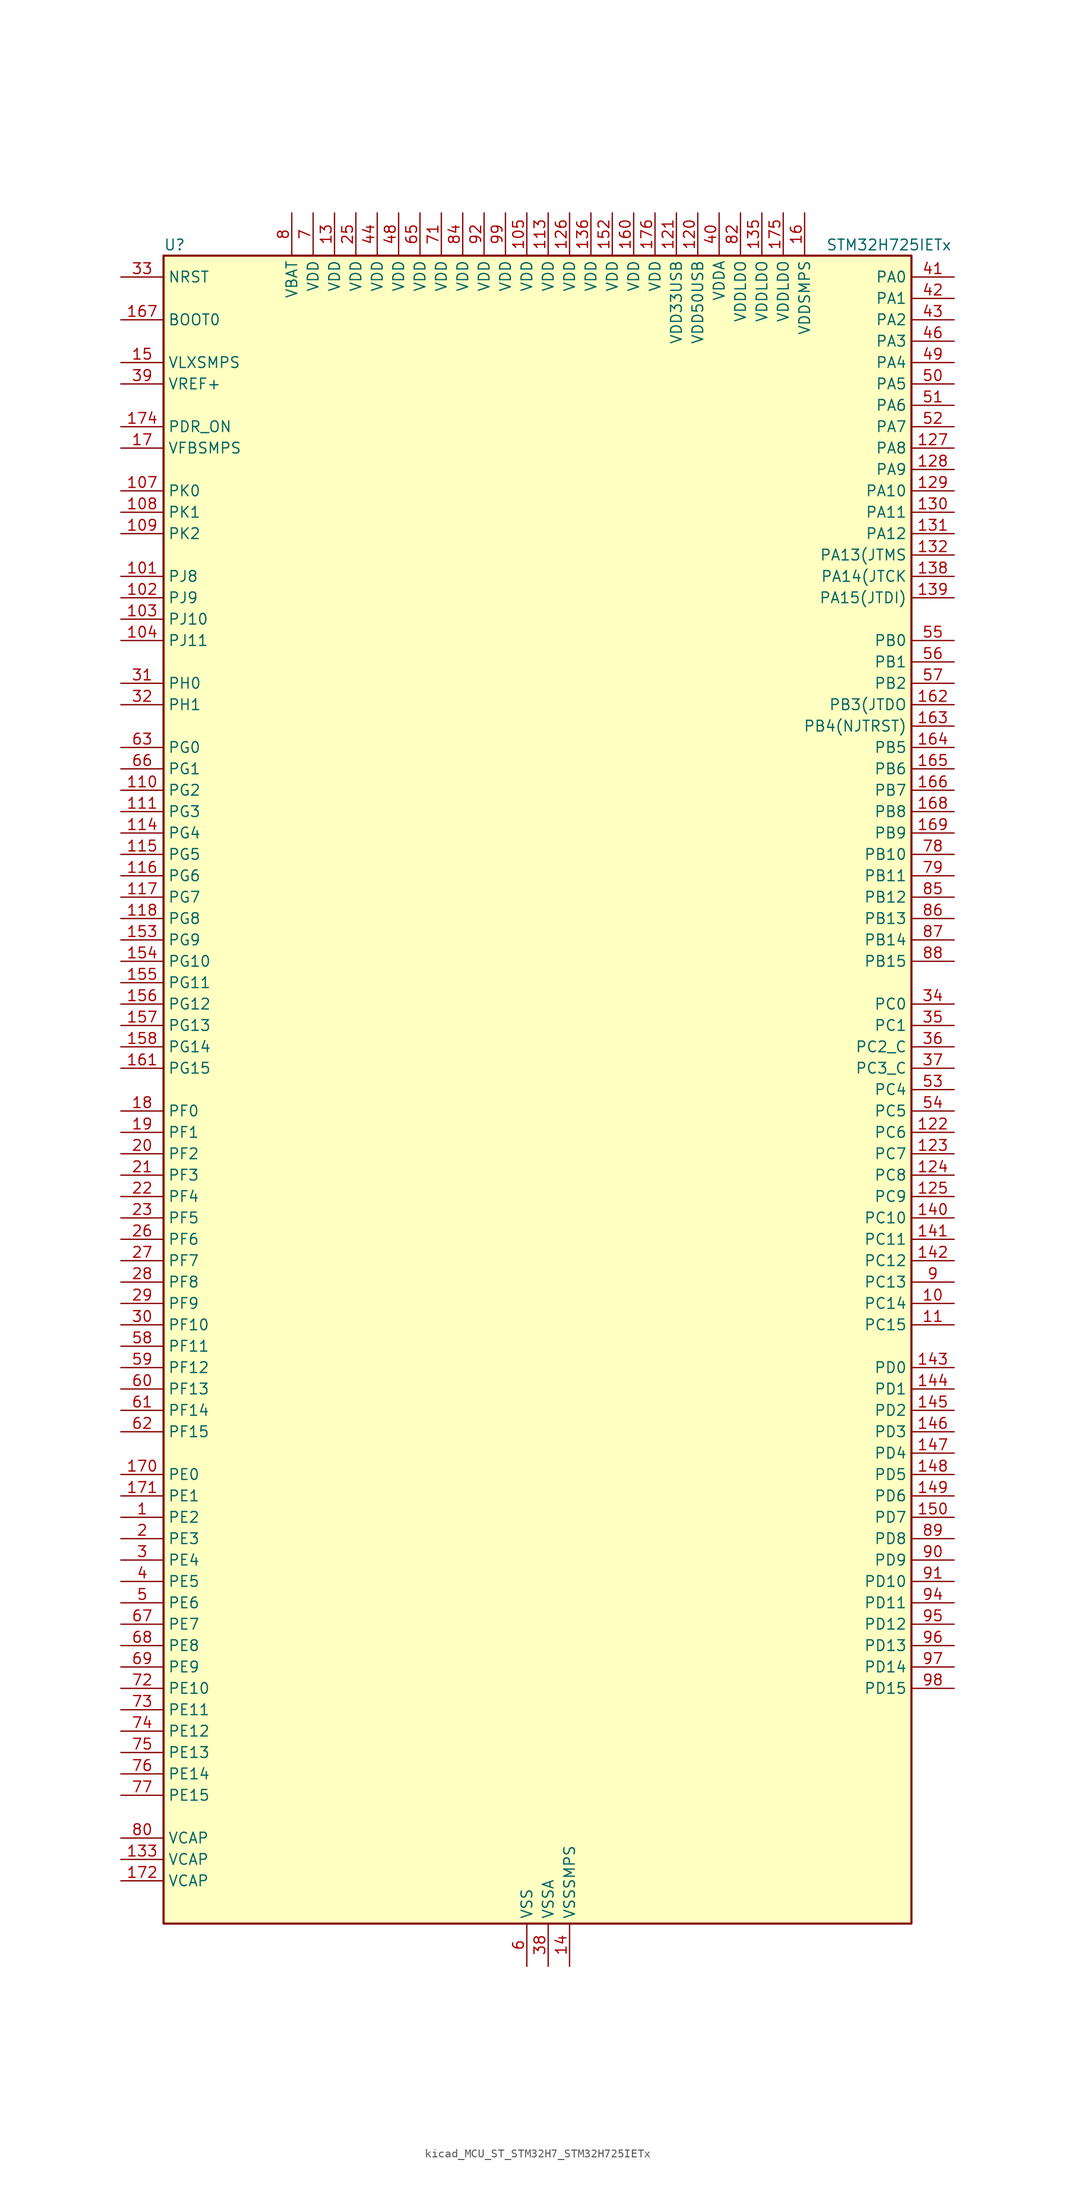
<source format=kicad_sym>
(kicad_symbol_lib
  (version 20220914)
  (generator kicad_symbol_editor)
  (symbol "kicad_MCU_ST_STM32H7_STM32H725IETx"
    (property "Reference" "U"
      (at -43.18 100.33 0)
      (effects (font (size 1.27 1.27)) (justify left)))
    (property "Value" "STM32H725IETx"
      (at 35.56 100.33 0)
      (effects (font (size 1.27 1.27)) (justify left)))
    (property "ki_locked" ""
      (at 0 0 0)
      (effects (font (size 1.27 1.27))))
    (symbol "kicad_MCU_ST_STM32H7_STM32H725IETx_0_1"
      (rectangle (start -43.18 -99.06) (end 45.72 99.06) (stroke (width 0.254) (type default)) (fill (type background))))
    (symbol "kicad_MCU_ST_STM32H7_STM32H725IETx_1_1"
      (pin bidirectional line (at -48.26 -50.8 0) (length 5.08) (name "PE2" (effects (font (size 1.27 1.27)))) (number "1" (effects (font (size 1.27 1.27)))) (alternate "DEBUG_TRACECLK" bidirectional line) (alternate "ETH_TXD3" bidirectional line) (alternate "FMC_A23" bidirectional line) (alternate "OCTOSPIM_P1_IO2" bidirectional line) (alternate "SAI1_CK1" bidirectional line) (alternate "SAI1_MCLK_A" bidirectional line) (alternate "SAI4_CK1" bidirectional line) (alternate "SAI4_MCLK_A" bidirectional line) (alternate "SPI4_SCK" bidirectional line) (alternate "USART10_RX" bidirectional line))
      (pin bidirectional line (at 50.8 -25.4 180) (length 5.08) (name "PC14" (effects (font (size 1.27 1.27)))) (number "10" (effects (font (size 1.27 1.27)))) (alternate "RCC_OSC32_IN" bidirectional line))
      (pin passive line (at 0 -104.14 90) (length 5.08) hide (name "VSS" (effects (font (size 1.27 1.27)))) (number "100" (effects (font (size 1.27 1.27)))))
      (pin bidirectional line (at -48.26 60.96 0) (length 5.08) (name "PJ8" (effects (font (size 1.27 1.27)))) (number "101" (effects (font (size 1.27 1.27)))) (alternate "LTDC_G1" bidirectional line) (alternate "TIM1_CH3N" bidirectional line) (alternate "TIM8_CH1" bidirectional line) (alternate "UART8_TX" bidirectional line))
      (pin bidirectional line (at -48.26 58.42 0) (length 5.08) (name "PJ9" (effects (font (size 1.27 1.27)))) (number "102" (effects (font (size 1.27 1.27)))) (alternate "DAC1_EXTI9" bidirectional line) (alternate "LTDC_G2" bidirectional line) (alternate "TIM1_CH3" bidirectional line) (alternate "TIM8_CH1N" bidirectional line) (alternate "UART8_RX" bidirectional line))
      (pin bidirectional line (at -48.26 55.88 0) (length 5.08) (name "PJ10" (effects (font (size 1.27 1.27)))) (number "103" (effects (font (size 1.27 1.27)))) (alternate "LTDC_G3" bidirectional line) (alternate "SPI5_MOSI" bidirectional line) (alternate "TIM1_CH2N" bidirectional line) (alternate "TIM8_CH2" bidirectional line))
      (pin bidirectional line (at -48.26 53.34 0) (length 5.08) (name "PJ11" (effects (font (size 1.27 1.27)))) (number "104" (effects (font (size 1.27 1.27)))) (alternate "ADC1_EXTI11" bidirectional line) (alternate "ADC2_EXTI11" bidirectional line) (alternate "ADC3_EXTI11" bidirectional line) (alternate "LTDC_G4" bidirectional line) (alternate "SPI5_MISO" bidirectional line) (alternate "TIM1_CH2" bidirectional line) (alternate "TIM8_CH2N" bidirectional line))
      (pin power_in line (at 0 104.14 270) (length 5.08) (name "VDD" (effects (font (size 1.27 1.27)))) (number "105" (effects (font (size 1.27 1.27)))))
      (pin passive line (at 0 -104.14 90) (length 5.08) hide (name "VSS" (effects (font (size 1.27 1.27)))) (number "106" (effects (font (size 1.27 1.27)))))
      (pin bidirectional line (at -48.26 71.12 0) (length 5.08) (name "PK0" (effects (font (size 1.27 1.27)))) (number "107" (effects (font (size 1.27 1.27)))) (alternate "LTDC_G5" bidirectional line) (alternate "SPI5_SCK" bidirectional line) (alternate "TIM1_CH1N" bidirectional line) (alternate "TIM8_CH3" bidirectional line))
      (pin bidirectional line (at -48.26 68.58 0) (length 5.08) (name "PK1" (effects (font (size 1.27 1.27)))) (number "108" (effects (font (size 1.27 1.27)))) (alternate "LTDC_G6" bidirectional line) (alternate "SPI5_NSS" bidirectional line) (alternate "TIM1_CH1" bidirectional line) (alternate "TIM8_CH3N" bidirectional line))
      (pin bidirectional line (at -48.26 66.04 0) (length 5.08) (name "PK2" (effects (font (size 1.27 1.27)))) (number "109" (effects (font (size 1.27 1.27)))) (alternate "LTDC_G7" bidirectional line) (alternate "TIM1_BKIN" bidirectional line) (alternate "TIM1_BKIN_COMP1" bidirectional line) (alternate "TIM1_BKIN_COMP2" bidirectional line) (alternate "TIM8_BKIN" bidirectional line) (alternate "TIM8_BKIN_COMP1" bidirectional line) (alternate "TIM8_BKIN_COMP2" bidirectional line))
      (pin bidirectional line (at 50.8 -27.94 180) (length 5.08) (name "PC15" (effects (font (size 1.27 1.27)))) (number "11" (effects (font (size 1.27 1.27)))) (alternate "ADC1_EXTI15" bidirectional line) (alternate "ADC2_EXTI15" bidirectional line) (alternate "ADC3_EXTI15" bidirectional line) (alternate "RCC_OSC32_OUT" bidirectional line))
      (pin bidirectional line (at -48.26 35.56 0) (length 5.08) (name "PG2" (effects (font (size 1.27 1.27)))) (number "110" (effects (font (size 1.27 1.27)))) (alternate "FMC_A12" bidirectional line) (alternate "TIM24_ETR" bidirectional line) (alternate "TIM8_BKIN" bidirectional line) (alternate "TIM8_BKIN_COMP1" bidirectional line) (alternate "TIM8_BKIN_COMP2" bidirectional line))
      (pin bidirectional line (at -48.26 33.02 0) (length 5.08) (name "PG3" (effects (font (size 1.27 1.27)))) (number "111" (effects (font (size 1.27 1.27)))) (alternate "FMC_A13" bidirectional line) (alternate "TIM23_ETR" bidirectional line) (alternate "TIM8_BKIN2" bidirectional line) (alternate "TIM8_BKIN2_COMP1" bidirectional line) (alternate "TIM8_BKIN2_COMP2" bidirectional line))
      (pin passive line (at 0 -104.14 90) (length 5.08) hide (name "VSS" (effects (font (size 1.27 1.27)))) (number "112" (effects (font (size 1.27 1.27)))))
      (pin power_in line (at 2.54 104.14 270) (length 5.08) (name "VDD" (effects (font (size 1.27 1.27)))) (number "113" (effects (font (size 1.27 1.27)))))
      (pin bidirectional line (at -48.26 30.48 0) (length 5.08) (name "PG4" (effects (font (size 1.27 1.27)))) (number "114" (effects (font (size 1.27 1.27)))) (alternate "FMC_A14" bidirectional line) (alternate "FMC_BA0" bidirectional line) (alternate "TIM1_BKIN2" bidirectional line) (alternate "TIM1_BKIN2_COMP1" bidirectional line) (alternate "TIM1_BKIN2_COMP2" bidirectional line))
      (pin bidirectional line (at -48.26 27.94 0) (length 5.08) (name "PG5" (effects (font (size 1.27 1.27)))) (number "115" (effects (font (size 1.27 1.27)))) (alternate "FMC_A15" bidirectional line) (alternate "FMC_BA1" bidirectional line) (alternate "TIM1_ETR" bidirectional line))
      (pin bidirectional line (at -48.26 25.4 0) (length 5.08) (name "PG6" (effects (font (size 1.27 1.27)))) (number "116" (effects (font (size 1.27 1.27)))) (alternate "DCMI_D12" bidirectional line) (alternate "FMC_NE3" bidirectional line) (alternate "LTDC_R7" bidirectional line) (alternate "OCTOSPIM_P1_NCS" bidirectional line) (alternate "PSSI_D12" bidirectional line) (alternate "TIM17_BKIN" bidirectional line))
      (pin bidirectional line (at -48.26 22.86 0) (length 5.08) (name "PG7" (effects (font (size 1.27 1.27)))) (number "117" (effects (font (size 1.27 1.27)))) (alternate "DCMI_D13" bidirectional line) (alternate "FMC_INT" bidirectional line) (alternate "LTDC_CLK" bidirectional line) (alternate "OCTOSPIM_P2_DQS" bidirectional line) (alternate "PSSI_D13" bidirectional line) (alternate "SAI1_MCLK_A" bidirectional line) (alternate "USART6_CK" bidirectional line))
      (pin bidirectional line (at -48.26 20.32 0) (length 5.08) (name "PG8" (effects (font (size 1.27 1.27)))) (number "118" (effects (font (size 1.27 1.27)))) (alternate "ETH_PPS_OUT" bidirectional line) (alternate "FMC_SDCLK" bidirectional line) (alternate "I2S6_WS" bidirectional line) (alternate "LTDC_G7" bidirectional line) (alternate "SPDIFRX1_IN2" bidirectional line) (alternate "SPI6_NSS" bidirectional line) (alternate "TIM8_ETR" bidirectional line) (alternate "USART6_DE" bidirectional line) (alternate "USART6_RTS" bidirectional line))
      (pin passive line (at 0 -104.14 90) (length 5.08) hide (name "VSS" (effects (font (size 1.27 1.27)))) (number "119" (effects (font (size 1.27 1.27)))))
      (pin passive line (at 0 -104.14 90) (length 5.08) hide (name "VSS" (effects (font (size 1.27 1.27)))) (number "12" (effects (font (size 1.27 1.27)))))
      (pin power_in line (at 20.32 104.14 270) (length 5.08) (name "VDD50USB" (effects (font (size 1.27 1.27)))) (number "120" (effects (font (size 1.27 1.27)))))
      (pin power_in line (at 17.78 104.14 270) (length 5.08) (name "VDD33USB" (effects (font (size 1.27 1.27)))) (number "121" (effects (font (size 1.27 1.27)))))
      (pin bidirectional line (at 50.8 -5.08 180) (length 5.08) (name "PC6" (effects (font (size 1.27 1.27)))) (number "122" (effects (font (size 1.27 1.27)))) (alternate "DCMI_D0" bidirectional line) (alternate "DFSDM1_CKIN3" bidirectional line) (alternate "FMC_NWAIT" bidirectional line) (alternate "I2S2_MCK" bidirectional line) (alternate "LTDC_HSYNC" bidirectional line) (alternate "PSSI_D0" bidirectional line) (alternate "SDMMC1_D0DIR" bidirectional line) (alternate "SDMMC1_D6" bidirectional line) (alternate "SDMMC2_D6" bidirectional line) (alternate "SWPMI1_IO" bidirectional line) (alternate "TIM3_CH1" bidirectional line) (alternate "TIM8_CH1" bidirectional line) (alternate "USART6_TX" bidirectional line))
      (pin bidirectional line (at 50.8 -7.62 180) (length 5.08) (name "PC7" (effects (font (size 1.27 1.27)))) (number "123" (effects (font (size 1.27 1.27)))) (alternate "DCMI_D1" bidirectional line) (alternate "DEBUG_TRGIO" bidirectional line) (alternate "DFSDM1_DATIN3" bidirectional line) (alternate "FMC_NE1" bidirectional line) (alternate "I2S3_MCK" bidirectional line) (alternate "LTDC_G6" bidirectional line) (alternate "PSSI_D1" bidirectional line) (alternate "SDMMC1_D123DIR" bidirectional line) (alternate "SDMMC1_D7" bidirectional line) (alternate "SDMMC2_D7" bidirectional line) (alternate "SWPMI1_TX" bidirectional line) (alternate "TIM3_CH2" bidirectional line) (alternate "TIM8_CH2" bidirectional line) (alternate "USART6_RX" bidirectional line))
      (pin bidirectional line (at 50.8 -10.16 180) (length 5.08) (name "PC8" (effects (font (size 1.27 1.27)))) (number "124" (effects (font (size 1.27 1.27)))) (alternate "DCMI_D2" bidirectional line) (alternate "DEBUG_TRACED1" bidirectional line) (alternate "FMC_INT" bidirectional line) (alternate "FMC_NCE" bidirectional line) (alternate "FMC_NE2" bidirectional line) (alternate "PSSI_D2" bidirectional line) (alternate "SDMMC1_D0" bidirectional line) (alternate "SWPMI1_RX" bidirectional line) (alternate "TIM3_CH3" bidirectional line) (alternate "TIM8_CH3" bidirectional line) (alternate "UART5_DE" bidirectional line) (alternate "UART5_RTS" bidirectional line) (alternate "USART6_CK" bidirectional line))
      (pin bidirectional line (at 50.8 -12.7 180) (length 5.08) (name "PC9" (effects (font (size 1.27 1.27)))) (number "125" (effects (font (size 1.27 1.27)))) (alternate "DAC1_EXTI9" bidirectional line) (alternate "DCMI_D3" bidirectional line) (alternate "I2C3_SDA" bidirectional line) (alternate "I2C5_SDA" bidirectional line) (alternate "I2S_CKIN" bidirectional line) (alternate "LTDC_B2" bidirectional line) (alternate "LTDC_G3" bidirectional line) (alternate "OCTOSPIM_P1_IO0" bidirectional line) (alternate "PSSI_D3" bidirectional line) (alternate "RCC_MCO_2" bidirectional line) (alternate "SDMMC1_D1" bidirectional line) (alternate "SWPMI1_SUSPEND" bidirectional line) (alternate "TIM3_CH4" bidirectional line) (alternate "TIM8_CH4" bidirectional line) (alternate "UART5_CTS" bidirectional line))
      (pin power_in line (at 5.08 104.14 270) (length 5.08) (name "VDD" (effects (font (size 1.27 1.27)))) (number "126" (effects (font (size 1.27 1.27)))))
      (pin bidirectional line (at 50.8 76.2 180) (length 5.08) (name "PA8" (effects (font (size 1.27 1.27)))) (number "127" (effects (font (size 1.27 1.27)))) (alternate "I2C3_SCL" bidirectional line) (alternate "I2C5_SCL" bidirectional line) (alternate "LTDC_B3" bidirectional line) (alternate "LTDC_R6" bidirectional line) (alternate "RCC_MCO_1" bidirectional line) (alternate "TIM1_CH1" bidirectional line) (alternate "TIM8_BKIN2" bidirectional line) (alternate "TIM8_BKIN2_COMP1" bidirectional line) (alternate "TIM8_BKIN2_COMP2" bidirectional line) (alternate "UART7_RX" bidirectional line) (alternate "USART1_CK" bidirectional line) (alternate "USB_OTG_HS_SOF" bidirectional line))
      (pin bidirectional line (at 50.8 73.66 180) (length 5.08) (name "PA9" (effects (font (size 1.27 1.27)))) (number "128" (effects (font (size 1.27 1.27)))) (alternate "DAC1_EXTI9" bidirectional line) (alternate "DCMI_D0" bidirectional line) (alternate "ETH_TX_ER" bidirectional line) (alternate "I2C3_SMBA" bidirectional line) (alternate "I2C5_SMBA" bidirectional line) (alternate "I2S2_CK" bidirectional line) (alternate "LPUART1_TX" bidirectional line) (alternate "LTDC_R5" bidirectional line) (alternate "PSSI_D0" bidirectional line) (alternate "SPI2_SCK" bidirectional line) (alternate "TIM1_CH2" bidirectional line) (alternate "USART1_TX" bidirectional line) (alternate "USB_OTG_HS_VBUS" bidirectional line))
      (pin bidirectional line (at 50.8 71.12 180) (length 5.08) (name "PA10" (effects (font (size 1.27 1.27)))) (number "129" (effects (font (size 1.27 1.27)))) (alternate "DCMI_D1" bidirectional line) (alternate "LPUART1_RX" bidirectional line) (alternate "LTDC_B1" bidirectional line) (alternate "LTDC_B4" bidirectional line) (alternate "MDIOS_MDIO" bidirectional line) (alternate "PSSI_D1" bidirectional line) (alternate "TIM1_CH3" bidirectional line) (alternate "USART1_RX" bidirectional line) (alternate "USB_OTG_HS_ID" bidirectional line))
      (pin power_in line (at -22.86 104.14 270) (length 5.08) (name "VDD" (effects (font (size 1.27 1.27)))) (number "13" (effects (font (size 1.27 1.27)))))
      (pin bidirectional line (at 50.8 68.58 180) (length 5.08) (name "PA11" (effects (font (size 1.27 1.27)))) (number "130" (effects (font (size 1.27 1.27)))) (alternate "ADC1_EXTI11" bidirectional line) (alternate "ADC2_EXTI11" bidirectional line) (alternate "ADC3_EXTI11" bidirectional line) (alternate "FDCAN1_RX" bidirectional line) (alternate "I2S2_WS" bidirectional line) (alternate "LPUART1_CTS" bidirectional line) (alternate "LTDC_R4" bidirectional line) (alternate "SPI2_NSS" bidirectional line) (alternate "TIM1_CH4" bidirectional line) (alternate "UART4_RX" bidirectional line) (alternate "USART1_CTS" bidirectional line) (alternate "USART1_NSS" bidirectional line) (alternate "USB_OTG_HS_DM" bidirectional line))
      (pin bidirectional line (at 50.8 66.04 180) (length 5.08) (name "PA12" (effects (font (size 1.27 1.27)))) (number "131" (effects (font (size 1.27 1.27)))) (alternate "FDCAN1_TX" bidirectional line) (alternate "I2S2_CK" bidirectional line) (alternate "LPUART1_DE" bidirectional line) (alternate "LPUART1_RTS" bidirectional line) (alternate "LTDC_R5" bidirectional line) (alternate "SAI4_FS_B" bidirectional line) (alternate "SPI2_SCK" bidirectional line) (alternate "TIM1_BKIN2" bidirectional line) (alternate "TIM1_ETR" bidirectional line) (alternate "UART4_TX" bidirectional line) (alternate "USART1_DE" bidirectional line) (alternate "USART1_RTS" bidirectional line) (alternate "USB_OTG_HS_DP" bidirectional line))
      (pin bidirectional line (at 50.8 63.5 180) (length 5.08) (name "PA13(JTMS" (effects (font (size 1.27 1.27)))) (number "132" (effects (font (size 1.27 1.27)))) (alternate "DEBUG_JTMS-SWDIO" bidirectional line))
      (pin power_out line (at -48.26 -91.44 0) (length 5.08) (name "VCAP" (effects (font (size 1.27 1.27)))) (number "133" (effects (font (size 1.27 1.27)))))
      (pin passive line (at 0 -104.14 90) (length 5.08) hide (name "VSS" (effects (font (size 1.27 1.27)))) (number "134" (effects (font (size 1.27 1.27)))))
      (pin power_in line (at 27.94 104.14 270) (length 5.08) (name "VDDLDO" (effects (font (size 1.27 1.27)))) (number "135" (effects (font (size 1.27 1.27)))))
      (pin power_in line (at 7.62 104.14 270) (length 5.08) (name "VDD" (effects (font (size 1.27 1.27)))) (number "136" (effects (font (size 1.27 1.27)))))
      (pin passive line (at 0 -104.14 90) (length 5.08) hide (name "VSS" (effects (font (size 1.27 1.27)))) (number "137" (effects (font (size 1.27 1.27)))))
      (pin bidirectional line (at 50.8 60.96 180) (length 5.08) (name "PA14(JTCK" (effects (font (size 1.27 1.27)))) (number "138" (effects (font (size 1.27 1.27)))) (alternate "DEBUG_JTCK-SWCLK" bidirectional line))
      (pin bidirectional line (at 50.8 58.42 180) (length 5.08) (name "PA15(JTDI)" (effects (font (size 1.27 1.27)))) (number "139" (effects (font (size 1.27 1.27)))) (alternate "ADC1_EXTI15" bidirectional line) (alternate "ADC2_EXTI15" bidirectional line) (alternate "ADC3_EXTI15" bidirectional line) (alternate "CEC" bidirectional line) (alternate "DEBUG_JTDI" bidirectional line) (alternate "I2S1_WS" bidirectional line) (alternate "I2S3_WS" bidirectional line) (alternate "I2S6_WS" bidirectional line) (alternate "LTDC_B6" bidirectional line) (alternate "LTDC_R3" bidirectional line) (alternate "SPI1_NSS" bidirectional line) (alternate "SPI3_NSS" bidirectional line) (alternate "SPI6_NSS" bidirectional line) (alternate "TIM2_CH1" bidirectional line) (alternate "TIM2_ETR" bidirectional line) (alternate "UART4_DE" bidirectional line) (alternate "UART4_RTS" bidirectional line) (alternate "UART7_TX" bidirectional line))
      (pin power_in line (at 5.08 -104.14 90) (length 5.08) (name "VSSSMPS" (effects (font (size 1.27 1.27)))) (number "14" (effects (font (size 1.27 1.27)))))
      (pin bidirectional line (at 50.8 -15.24 180) (length 5.08) (name "PC10" (effects (font (size 1.27 1.27)))) (number "140" (effects (font (size 1.27 1.27)))) (alternate "DCMI_D8" bidirectional line) (alternate "DFSDM1_CKIN5" bidirectional line) (alternate "I2C5_SDA" bidirectional line) (alternate "I2S3_CK" bidirectional line) (alternate "LTDC_B1" bidirectional line) (alternate "LTDC_R2" bidirectional line) (alternate "OCTOSPIM_P1_IO1" bidirectional line) (alternate "PSSI_D8" bidirectional line) (alternate "SDMMC1_D2" bidirectional line) (alternate "SPI3_SCK" bidirectional line) (alternate "SWPMI1_RX" bidirectional line) (alternate "UART4_TX" bidirectional line) (alternate "USART3_TX" bidirectional line))
      (pin bidirectional line (at 50.8 -17.78 180) (length 5.08) (name "PC11" (effects (font (size 1.27 1.27)))) (number "141" (effects (font (size 1.27 1.27)))) (alternate "ADC1_EXTI11" bidirectional line) (alternate "ADC2_EXTI11" bidirectional line) (alternate "ADC3_EXTI11" bidirectional line) (alternate "DCMI_D4" bidirectional line) (alternate "DFSDM1_DATIN5" bidirectional line) (alternate "I2C5_SCL" bidirectional line) (alternate "I2S3_SDI" bidirectional line) (alternate "LTDC_B4" bidirectional line) (alternate "OCTOSPIM_P1_NCS" bidirectional line) (alternate "PSSI_D4" bidirectional line) (alternate "SDMMC1_D3" bidirectional line) (alternate "SPI3_MISO" bidirectional line) (alternate "UART4_RX" bidirectional line) (alternate "USART3_RX" bidirectional line))
      (pin bidirectional line (at 50.8 -20.32 180) (length 5.08) (name "PC12" (effects (font (size 1.27 1.27)))) (number "142" (effects (font (size 1.27 1.27)))) (alternate "DCMI_D9" bidirectional line) (alternate "DEBUG_TRACED3" bidirectional line) (alternate "FMC_D6" bidirectional line) (alternate "FMC_DA6" bidirectional line) (alternate "I2C5_SMBA" bidirectional line) (alternate "I2S3_SDO" bidirectional line) (alternate "I2S6_CK" bidirectional line) (alternate "LTDC_R6" bidirectional line) (alternate "PSSI_D9" bidirectional line) (alternate "SDMMC1_CK" bidirectional line) (alternate "SPI3_MOSI" bidirectional line) (alternate "SPI6_SCK" bidirectional line) (alternate "TIM15_CH1" bidirectional line) (alternate "UART5_TX" bidirectional line) (alternate "USART3_CK" bidirectional line))
      (pin bidirectional line (at 50.8 -33.02 180) (length 5.08) (name "PD0" (effects (font (size 1.27 1.27)))) (number "143" (effects (font (size 1.27 1.27)))) (alternate "DFSDM1_CKIN6" bidirectional line) (alternate "FDCAN1_RX" bidirectional line) (alternate "FMC_D2" bidirectional line) (alternate "FMC_DA2" bidirectional line) (alternate "LTDC_B1" bidirectional line) (alternate "UART4_RX" bidirectional line) (alternate "UART9_CTS" bidirectional line))
      (pin bidirectional line (at 50.8 -35.56 180) (length 5.08) (name "PD1" (effects (font (size 1.27 1.27)))) (number "144" (effects (font (size 1.27 1.27)))) (alternate "DFSDM1_DATIN6" bidirectional line) (alternate "FDCAN1_TX" bidirectional line) (alternate "FMC_D3" bidirectional line) (alternate "FMC_DA3" bidirectional line) (alternate "UART4_TX" bidirectional line))
      (pin bidirectional line (at 50.8 -38.1 180) (length 5.08) (name "PD2" (effects (font (size 1.27 1.27)))) (number "145" (effects (font (size 1.27 1.27)))) (alternate "DCMI_D11" bidirectional line) (alternate "DEBUG_TRACED2" bidirectional line) (alternate "FMC_D7" bidirectional line) (alternate "FMC_DA7" bidirectional line) (alternate "LTDC_B2" bidirectional line) (alternate "LTDC_B7" bidirectional line) (alternate "PSSI_D11" bidirectional line) (alternate "SDMMC1_CMD" bidirectional line) (alternate "TIM15_BKIN" bidirectional line) (alternate "TIM3_ETR" bidirectional line) (alternate "UART5_RX" bidirectional line))
      (pin bidirectional line (at 50.8 -40.64 180) (length 5.08) (name "PD3" (effects (font (size 1.27 1.27)))) (number "146" (effects (font (size 1.27 1.27)))) (alternate "DCMI_D5" bidirectional line) (alternate "DFSDM1_CKOUT" bidirectional line) (alternate "FMC_CLK" bidirectional line) (alternate "I2S2_CK" bidirectional line) (alternate "LTDC_G7" bidirectional line) (alternate "PSSI_D5" bidirectional line) (alternate "SPI2_SCK" bidirectional line) (alternate "USART2_CTS" bidirectional line) (alternate "USART2_NSS" bidirectional line))
      (pin bidirectional line (at 50.8 -43.18 180) (length 5.08) (name "PD4" (effects (font (size 1.27 1.27)))) (number "147" (effects (font (size 1.27 1.27)))) (alternate "FMC_NOE" bidirectional line) (alternate "OCTOSPIM_P1_IO4" bidirectional line) (alternate "USART2_DE" bidirectional line) (alternate "USART2_RTS" bidirectional line))
      (pin bidirectional line (at 50.8 -45.72 180) (length 5.08) (name "PD5" (effects (font (size 1.27 1.27)))) (number "148" (effects (font (size 1.27 1.27)))) (alternate "FMC_NWE" bidirectional line) (alternate "OCTOSPIM_P1_IO5" bidirectional line) (alternate "USART2_TX" bidirectional line))
      (pin bidirectional line (at 50.8 -48.26 180) (length 5.08) (name "PD6" (effects (font (size 1.27 1.27)))) (number "149" (effects (font (size 1.27 1.27)))) (alternate "DCMI_D10" bidirectional line) (alternate "DFSDM1_CKIN4" bidirectional line) (alternate "DFSDM1_DATIN1" bidirectional line) (alternate "FMC_NWAIT" bidirectional line) (alternate "I2S3_SDO" bidirectional line) (alternate "LTDC_B2" bidirectional line) (alternate "OCTOSPIM_P1_IO6" bidirectional line) (alternate "PSSI_D10" bidirectional line) (alternate "SAI1_D1" bidirectional line) (alternate "SAI1_SD_A" bidirectional line) (alternate "SAI4_D1" bidirectional line) (alternate "SAI4_SD_A" bidirectional line) (alternate "SDMMC2_CK" bidirectional line) (alternate "SPI3_MOSI" bidirectional line) (alternate "USART2_RX" bidirectional line))
      (pin power_in line (at -48.26 86.36 0) (length 5.08) (name "VLXSMPS" (effects (font (size 1.27 1.27)))) (number "15" (effects (font (size 1.27 1.27)))))
      (pin bidirectional line (at 50.8 -50.8 180) (length 5.08) (name "PD7" (effects (font (size 1.27 1.27)))) (number "150" (effects (font (size 1.27 1.27)))) (alternate "DFSDM1_CKIN1" bidirectional line) (alternate "DFSDM1_DATIN4" bidirectional line) (alternate "FMC_NE1" bidirectional line) (alternate "I2S1_SDO" bidirectional line) (alternate "OCTOSPIM_P1_IO7" bidirectional line) (alternate "SDMMC2_CMD" bidirectional line) (alternate "SPDIFRX1_IN0" bidirectional line) (alternate "SPI1_MOSI" bidirectional line) (alternate "USART2_CK" bidirectional line))
      (pin passive line (at 0 -104.14 90) (length 5.08) hide (name "VSS" (effects (font (size 1.27 1.27)))) (number "151" (effects (font (size 1.27 1.27)))))
      (pin power_in line (at 10.16 104.14 270) (length 5.08) (name "VDD" (effects (font (size 1.27 1.27)))) (number "152" (effects (font (size 1.27 1.27)))))
      (pin bidirectional line (at -48.26 17.78 0) (length 5.08) (name "PG9" (effects (font (size 1.27 1.27)))) (number "153" (effects (font (size 1.27 1.27)))) (alternate "DAC1_EXTI9" bidirectional line) (alternate "DCMI_VSYNC" bidirectional line) (alternate "FDCAN3_TX" bidirectional line) (alternate "FMC_NCE" bidirectional line) (alternate "FMC_NE2" bidirectional line) (alternate "I2S1_SDI" bidirectional line) (alternate "OCTOSPIM_P1_IO6" bidirectional line) (alternate "PSSI_RDY" bidirectional line) (alternate "SAI4_FS_B" bidirectional line) (alternate "SDMMC2_D0" bidirectional line) (alternate "SPDIFRX1_IN3" bidirectional line) (alternate "SPI1_MISO" bidirectional line) (alternate "USART6_RX" bidirectional line))
      (pin bidirectional line (at -48.26 15.24 0) (length 5.08) (name "PG10" (effects (font (size 1.27 1.27)))) (number "154" (effects (font (size 1.27 1.27)))) (alternate "DCMI_D2" bidirectional line) (alternate "FDCAN3_RX" bidirectional line) (alternate "FMC_NE3" bidirectional line) (alternate "I2S1_WS" bidirectional line) (alternate "LTDC_B2" bidirectional line) (alternate "LTDC_G3" bidirectional line) (alternate "OCTOSPIM_P2_IO6" bidirectional line) (alternate "PSSI_D2" bidirectional line) (alternate "SAI4_SD_B" bidirectional line) (alternate "SDMMC2_D1" bidirectional line) (alternate "SPI1_NSS" bidirectional line))
      (pin bidirectional line (at -48.26 12.7 0) (length 5.08) (name "PG11" (effects (font (size 1.27 1.27)))) (number "155" (effects (font (size 1.27 1.27)))) (alternate "ADC1_EXTI11" bidirectional line) (alternate "ADC2_EXTI11" bidirectional line) (alternate "ADC3_EXTI11" bidirectional line) (alternate "DCMI_D3" bidirectional line) (alternate "ETH_TX_EN" bidirectional line) (alternate "I2S1_CK" bidirectional line) (alternate "LPTIM1_IN2" bidirectional line) (alternate "LTDC_B3" bidirectional line) (alternate "OCTOSPIM_P2_IO7" bidirectional line) (alternate "PSSI_D3" bidirectional line) (alternate "SDMMC2_D2" bidirectional line) (alternate "SPDIFRX1_IN0" bidirectional line) (alternate "SPI1_SCK" bidirectional line) (alternate "USART10_RX" bidirectional line))
      (pin bidirectional line (at -48.26 10.16 0) (length 5.08) (name "PG12" (effects (font (size 1.27 1.27)))) (number "156" (effects (font (size 1.27 1.27)))) (alternate "ETH_TXD1" bidirectional line) (alternate "FMC_NE4" bidirectional line) (alternate "I2S6_SDI" bidirectional line) (alternate "LPTIM1_IN1" bidirectional line) (alternate "LTDC_B1" bidirectional line) (alternate "LTDC_B4" bidirectional line) (alternate "OCTOSPIM_P2_NCS" bidirectional line) (alternate "SDMMC2_D3" bidirectional line) (alternate "SPDIFRX1_IN1" bidirectional line) (alternate "SPI6_MISO" bidirectional line) (alternate "TIM23_CH1" bidirectional line) (alternate "USART10_TX" bidirectional line) (alternate "USART6_DE" bidirectional line) (alternate "USART6_RTS" bidirectional line))
      (pin bidirectional line (at -48.26 7.62 0) (length 5.08) (name "PG13" (effects (font (size 1.27 1.27)))) (number "157" (effects (font (size 1.27 1.27)))) (alternate "DEBUG_TRACED0" bidirectional line) (alternate "ETH_TXD0" bidirectional line) (alternate "FMC_A24" bidirectional line) (alternate "I2S6_CK" bidirectional line) (alternate "LPTIM1_OUT" bidirectional line) (alternate "LTDC_R0" bidirectional line) (alternate "SDMMC2_D6" bidirectional line) (alternate "SPI6_SCK" bidirectional line) (alternate "TIM23_CH2" bidirectional line) (alternate "USART10_CTS" bidirectional line) (alternate "USART10_NSS" bidirectional line) (alternate "USART6_CTS" bidirectional line) (alternate "USART6_NSS" bidirectional line))
      (pin bidirectional line (at -48.26 5.08 0) (length 5.08) (name "PG14" (effects (font (size 1.27 1.27)))) (number "158" (effects (font (size 1.27 1.27)))) (alternate "DEBUG_TRACED1" bidirectional line) (alternate "ETH_TXD1" bidirectional line) (alternate "FMC_A25" bidirectional line) (alternate "I2S6_SDO" bidirectional line) (alternate "LPTIM1_ETR" bidirectional line) (alternate "LTDC_B0" bidirectional line) (alternate "OCTOSPIM_P1_IO7" bidirectional line) (alternate "SDMMC2_D7" bidirectional line) (alternate "SPI6_MOSI" bidirectional line) (alternate "TIM23_CH3" bidirectional line) (alternate "USART10_DE" bidirectional line) (alternate "USART10_RTS" bidirectional line) (alternate "USART6_TX" bidirectional line))
      (pin passive line (at 0 -104.14 90) (length 5.08) hide (name "VSS" (effects (font (size 1.27 1.27)))) (number "159" (effects (font (size 1.27 1.27)))))
      (pin power_in line (at 33.02 104.14 270) (length 5.08) (name "VDDSMPS" (effects (font (size 1.27 1.27)))) (number "16" (effects (font (size 1.27 1.27)))))
      (pin power_in line (at 12.7 104.14 270) (length 5.08) (name "VDD" (effects (font (size 1.27 1.27)))) (number "160" (effects (font (size 1.27 1.27)))))
      (pin bidirectional line (at -48.26 2.54 0) (length 5.08) (name "PG15" (effects (font (size 1.27 1.27)))) (number "161" (effects (font (size 1.27 1.27)))) (alternate "ADC1_EXTI15" bidirectional line) (alternate "ADC2_EXTI15" bidirectional line) (alternate "ADC3_EXTI15" bidirectional line) (alternate "DCMI_D13" bidirectional line) (alternate "FMC_SDNCAS" bidirectional line) (alternate "OCTOSPIM_P2_DQS" bidirectional line) (alternate "PSSI_D13" bidirectional line) (alternate "USART10_CK" bidirectional line) (alternate "USART6_CTS" bidirectional line) (alternate "USART6_NSS" bidirectional line))
      (pin bidirectional line (at 50.8 45.72 180) (length 5.08) (name "PB3(JTDO" (effects (font (size 1.27 1.27)))) (number "162" (effects (font (size 1.27 1.27)))) (alternate "CRS_SYNC" bidirectional line) (alternate "DEBUG_JTDO-SWO" bidirectional line) (alternate "I2S1_CK" bidirectional line) (alternate "I2S3_CK" bidirectional line) (alternate "I2S6_CK" bidirectional line) (alternate "SDMMC2_D2" bidirectional line) (alternate "SPI1_SCK" bidirectional line) (alternate "SPI3_SCK" bidirectional line) (alternate "SPI6_SCK" bidirectional line) (alternate "TIM24_ETR" bidirectional line) (alternate "TIM2_CH2" bidirectional line) (alternate "UART7_RX" bidirectional line))
      (pin bidirectional line (at 50.8 43.18 180) (length 5.08) (name "PB4(NJTRST)" (effects (font (size 1.27 1.27)))) (number "163" (effects (font (size 1.27 1.27)))) (alternate "DEBUG_JTRST" bidirectional line) (alternate "I2S1_SDI" bidirectional line) (alternate "I2S2_WS" bidirectional line) (alternate "I2S3_SDI" bidirectional line) (alternate "I2S6_SDI" bidirectional line) (alternate "SDMMC2_D3" bidirectional line) (alternate "SPI1_MISO" bidirectional line) (alternate "SPI2_NSS" bidirectional line) (alternate "SPI3_MISO" bidirectional line) (alternate "SPI6_MISO" bidirectional line) (alternate "TIM16_BKIN" bidirectional line) (alternate "TIM3_CH1" bidirectional line) (alternate "UART7_TX" bidirectional line))
      (pin bidirectional line (at 50.8 40.64 180) (length 5.08) (name "PB5" (effects (font (size 1.27 1.27)))) (number "164" (effects (font (size 1.27 1.27)))) (alternate "DCMI_D10" bidirectional line) (alternate "ETH_PPS_OUT" bidirectional line) (alternate "FDCAN2_RX" bidirectional line) (alternate "FMC_SDCKE1" bidirectional line) (alternate "I2C1_SMBA" bidirectional line) (alternate "I2C4_SMBA" bidirectional line) (alternate "I2S1_SDO" bidirectional line) (alternate "I2S3_SDO" bidirectional line) (alternate "I2S6_SDO" bidirectional line) (alternate "LTDC_B5" bidirectional line) (alternate "PSSI_D10" bidirectional line) (alternate "SPI1_MOSI" bidirectional line) (alternate "SPI3_MOSI" bidirectional line) (alternate "SPI6_MOSI" bidirectional line) (alternate "TIM17_BKIN" bidirectional line) (alternate "TIM3_CH2" bidirectional line) (alternate "UART5_RX" bidirectional line) (alternate "USB_OTG_HS_ULPI_D7" bidirectional line))
      (pin bidirectional line (at 50.8 38.1 180) (length 5.08) (name "PB6" (effects (font (size 1.27 1.27)))) (number "165" (effects (font (size 1.27 1.27)))) (alternate "CEC" bidirectional line) (alternate "DCMI_D5" bidirectional line) (alternate "DFSDM1_DATIN5" bidirectional line) (alternate "FDCAN2_TX" bidirectional line) (alternate "FMC_SDNE1" bidirectional line) (alternate "I2C1_SCL" bidirectional line) (alternate "I2C4_SCL" bidirectional line) (alternate "LPUART1_TX" bidirectional line) (alternate "OCTOSPIM_P1_NCS" bidirectional line) (alternate "PSSI_D5" bidirectional line) (alternate "TIM16_CH1N" bidirectional line) (alternate "TIM4_CH1" bidirectional line) (alternate "UART5_TX" bidirectional line) (alternate "USART1_TX" bidirectional line))
      (pin bidirectional line (at 50.8 35.56 180) (length 5.08) (name "PB7" (effects (font (size 1.27 1.27)))) (number "166" (effects (font (size 1.27 1.27)))) (alternate "DCMI_VSYNC" bidirectional line) (alternate "DFSDM1_CKIN5" bidirectional line) (alternate "FMC_NL" bidirectional line) (alternate "I2C1_SDA" bidirectional line) (alternate "I2C4_SDA" bidirectional line) (alternate "LPUART1_RX" bidirectional line) (alternate "PSSI_RDY" bidirectional line) (alternate "PWR_PVD_IN" bidirectional line) (alternate "TIM17_CH1N" bidirectional line) (alternate "TIM4_CH2" bidirectional line) (alternate "USART1_RX" bidirectional line))
      (pin input line (at -48.26 91.44 0) (length 5.08) (name "BOOT0" (effects (font (size 1.27 1.27)))) (number "167" (effects (font (size 1.27 1.27)))))
      (pin bidirectional line (at 50.8 33.02 180) (length 5.08) (name "PB8" (effects (font (size 1.27 1.27)))) (number "168" (effects (font (size 1.27 1.27)))) (alternate "DCMI_D6" bidirectional line) (alternate "DFSDM1_CKIN7" bidirectional line) (alternate "ETH_TXD3" bidirectional line) (alternate "FDCAN1_RX" bidirectional line) (alternate "I2C1_SCL" bidirectional line) (alternate "I2C4_SCL" bidirectional line) (alternate "LTDC_B6" bidirectional line) (alternate "PSSI_D6" bidirectional line) (alternate "SDMMC1_CKIN" bidirectional line) (alternate "SDMMC1_D4" bidirectional line) (alternate "SDMMC2_D4" bidirectional line) (alternate "TIM16_CH1" bidirectional line) (alternate "TIM4_CH3" bidirectional line) (alternate "UART4_RX" bidirectional line))
      (pin bidirectional line (at 50.8 30.48 180) (length 5.08) (name "PB9" (effects (font (size 1.27 1.27)))) (number "169" (effects (font (size 1.27 1.27)))) (alternate "DAC1_EXTI9" bidirectional line) (alternate "DCMI_D7" bidirectional line) (alternate "DFSDM1_DATIN7" bidirectional line) (alternate "FDCAN1_TX" bidirectional line) (alternate "I2C1_SDA" bidirectional line) (alternate "I2C4_SDA" bidirectional line) (alternate "I2C4_SMBA" bidirectional line) (alternate "I2S2_WS" bidirectional line) (alternate "LTDC_B7" bidirectional line) (alternate "PSSI_D7" bidirectional line) (alternate "SDMMC1_CDIR" bidirectional line) (alternate "SDMMC1_D5" bidirectional line) (alternate "SDMMC2_D5" bidirectional line) (alternate "SPI2_NSS" bidirectional line) (alternate "TIM17_CH1" bidirectional line) (alternate "TIM4_CH4" bidirectional line) (alternate "UART4_TX" bidirectional line))
      (pin input line (at -48.26 76.2 0) (length 5.08) (name "VFBSMPS" (effects (font (size 1.27 1.27)))) (number "17" (effects (font (size 1.27 1.27)))))
      (pin bidirectional line (at -48.26 -45.72 0) (length 5.08) (name "PE0" (effects (font (size 1.27 1.27)))) (number "170" (effects (font (size 1.27 1.27)))) (alternate "DCMI_D2" bidirectional line) (alternate "FMC_NBL0" bidirectional line) (alternate "LPTIM1_ETR" bidirectional line) (alternate "LPTIM2_ETR" bidirectional line) (alternate "LTDC_R0" bidirectional line) (alternate "PSSI_D2" bidirectional line) (alternate "SAI4_MCLK_A" bidirectional line) (alternate "TIM4_ETR" bidirectional line) (alternate "UART8_RX" bidirectional line))
      (pin bidirectional line (at -48.26 -48.26 0) (length 5.08) (name "PE1" (effects (font (size 1.27 1.27)))) (number "171" (effects (font (size 1.27 1.27)))) (alternate "DCMI_D3" bidirectional line) (alternate "FMC_NBL1" bidirectional line) (alternate "LPTIM1_IN2" bidirectional line) (alternate "LTDC_R6" bidirectional line) (alternate "PSSI_D3" bidirectional line) (alternate "UART8_TX" bidirectional line))
      (pin power_out line (at -48.26 -93.98 0) (length 5.08) (name "VCAP" (effects (font (size 1.27 1.27)))) (number "172" (effects (font (size 1.27 1.27)))))
      (pin passive line (at 0 -104.14 90) (length 5.08) hide (name "VSS" (effects (font (size 1.27 1.27)))) (number "173" (effects (font (size 1.27 1.27)))))
      (pin input line (at -48.26 78.74 0) (length 5.08) (name "PDR_ON" (effects (font (size 1.27 1.27)))) (number "174" (effects (font (size 1.27 1.27)))))
      (pin power_in line (at 30.48 104.14 270) (length 5.08) (name "VDDLDO" (effects (font (size 1.27 1.27)))) (number "175" (effects (font (size 1.27 1.27)))))
      (pin power_in line (at 15.24 104.14 270) (length 5.08) (name "VDD" (effects (font (size 1.27 1.27)))) (number "176" (effects (font (size 1.27 1.27)))))
      (pin bidirectional line (at -48.26 -2.54 0) (length 5.08) (name "PF0" (effects (font (size 1.27 1.27)))) (number "18" (effects (font (size 1.27 1.27)))) (alternate "FMC_A0" bidirectional line) (alternate "I2C2_SDA" bidirectional line) (alternate "I2C5_SDA" bidirectional line) (alternate "OCTOSPIM_P2_IO0" bidirectional line) (alternate "TIM23_CH1" bidirectional line))
      (pin bidirectional line (at -48.26 -5.08 0) (length 5.08) (name "PF1" (effects (font (size 1.27 1.27)))) (number "19" (effects (font (size 1.27 1.27)))) (alternate "FMC_A1" bidirectional line) (alternate "I2C2_SCL" bidirectional line) (alternate "I2C5_SCL" bidirectional line) (alternate "OCTOSPIM_P2_IO1" bidirectional line) (alternate "TIM23_CH2" bidirectional line))
      (pin bidirectional line (at -48.26 -53.34 0) (length 5.08) (name "PE3" (effects (font (size 1.27 1.27)))) (number "2" (effects (font (size 1.27 1.27)))) (alternate "DEBUG_TRACED0" bidirectional line) (alternate "FMC_A19" bidirectional line) (alternate "SAI1_SD_B" bidirectional line) (alternate "SAI4_SD_B" bidirectional line) (alternate "TIM15_BKIN" bidirectional line) (alternate "USART10_TX" bidirectional line))
      (pin bidirectional line (at -48.26 -7.62 0) (length 5.08) (name "PF2" (effects (font (size 1.27 1.27)))) (number "20" (effects (font (size 1.27 1.27)))) (alternate "FMC_A2" bidirectional line) (alternate "I2C2_SMBA" bidirectional line) (alternate "I2C5_SMBA" bidirectional line) (alternate "OCTOSPIM_P2_IO2" bidirectional line) (alternate "TIM23_CH3" bidirectional line))
      (pin bidirectional line (at -48.26 -10.16 0) (length 5.08) (name "PF3" (effects (font (size 1.27 1.27)))) (number "21" (effects (font (size 1.27 1.27)))) (alternate "ADC3_INP5" bidirectional line) (alternate "FMC_A3" bidirectional line) (alternate "OCTOSPIM_P2_IO3" bidirectional line) (alternate "TIM23_CH4" bidirectional line))
      (pin bidirectional line (at -48.26 -12.7 0) (length 5.08) (name "PF4" (effects (font (size 1.27 1.27)))) (number "22" (effects (font (size 1.27 1.27)))) (alternate "ADC3_INN5" bidirectional line) (alternate "ADC3_INP9" bidirectional line) (alternate "FMC_A4" bidirectional line) (alternate "OCTOSPIM_P2_CLK" bidirectional line))
      (pin bidirectional line (at -48.26 -15.24 0) (length 5.08) (name "PF5" (effects (font (size 1.27 1.27)))) (number "23" (effects (font (size 1.27 1.27)))) (alternate "ADC3_INP4" bidirectional line) (alternate "FMC_A5" bidirectional line) (alternate "OCTOSPIM_P2_NCLK" bidirectional line))
      (pin passive line (at 0 -104.14 90) (length 5.08) hide (name "VSS" (effects (font (size 1.27 1.27)))) (number "24" (effects (font (size 1.27 1.27)))))
      (pin power_in line (at -20.32 104.14 270) (length 5.08) (name "VDD" (effects (font (size 1.27 1.27)))) (number "25" (effects (font (size 1.27 1.27)))))
      (pin bidirectional line (at -48.26 -17.78 0) (length 5.08) (name "PF6" (effects (font (size 1.27 1.27)))) (number "26" (effects (font (size 1.27 1.27)))) (alternate "ADC3_INN4" bidirectional line) (alternate "ADC3_INP8" bidirectional line) (alternate "FDCAN3_RX" bidirectional line) (alternate "OCTOSPIM_P1_IO3" bidirectional line) (alternate "SAI1_SD_B" bidirectional line) (alternate "SAI4_SD_B" bidirectional line) (alternate "SPI5_NSS" bidirectional line) (alternate "TIM16_CH1" bidirectional line) (alternate "TIM23_CH1" bidirectional line) (alternate "UART7_RX" bidirectional line))
      (pin bidirectional line (at -48.26 -20.32 0) (length 5.08) (name "PF7" (effects (font (size 1.27 1.27)))) (number "27" (effects (font (size 1.27 1.27)))) (alternate "ADC3_INP3" bidirectional line) (alternate "FDCAN3_TX" bidirectional line) (alternate "OCTOSPIM_P1_IO2" bidirectional line) (alternate "SAI1_MCLK_B" bidirectional line) (alternate "SAI4_MCLK_B" bidirectional line) (alternate "SPI5_SCK" bidirectional line) (alternate "TIM17_CH1" bidirectional line) (alternate "TIM23_CH2" bidirectional line) (alternate "UART7_TX" bidirectional line))
      (pin bidirectional line (at -48.26 -22.86 0) (length 5.08) (name "PF8" (effects (font (size 1.27 1.27)))) (number "28" (effects (font (size 1.27 1.27)))) (alternate "ADC3_INN3" bidirectional line) (alternate "ADC3_INP7" bidirectional line) (alternate "OCTOSPIM_P1_IO0" bidirectional line) (alternate "SAI1_SCK_B" bidirectional line) (alternate "SAI4_SCK_B" bidirectional line) (alternate "SPI5_MISO" bidirectional line) (alternate "TIM13_CH1" bidirectional line) (alternate "TIM16_CH1N" bidirectional line) (alternate "TIM23_CH3" bidirectional line) (alternate "UART7_DE" bidirectional line) (alternate "UART7_RTS" bidirectional line))
      (pin bidirectional line (at -48.26 -25.4 0) (length 5.08) (name "PF9" (effects (font (size 1.27 1.27)))) (number "29" (effects (font (size 1.27 1.27)))) (alternate "ADC3_INP2" bidirectional line) (alternate "DAC1_EXTI9" bidirectional line) (alternate "OCTOSPIM_P1_IO1" bidirectional line) (alternate "SAI1_FS_B" bidirectional line) (alternate "SAI4_FS_B" bidirectional line) (alternate "SPI5_MOSI" bidirectional line) (alternate "TIM14_CH1" bidirectional line) (alternate "TIM17_CH1N" bidirectional line) (alternate "TIM23_CH4" bidirectional line) (alternate "UART7_CTS" bidirectional line))
      (pin bidirectional line (at -48.26 -55.88 0) (length 5.08) (name "PE4" (effects (font (size 1.27 1.27)))) (number "3" (effects (font (size 1.27 1.27)))) (alternate "DCMI_D4" bidirectional line) (alternate "DEBUG_TRACED1" bidirectional line) (alternate "DFSDM1_DATIN3" bidirectional line) (alternate "FMC_A20" bidirectional line) (alternate "LTDC_B0" bidirectional line) (alternate "PSSI_D4" bidirectional line) (alternate "SAI1_D2" bidirectional line) (alternate "SAI1_FS_A" bidirectional line) (alternate "SAI4_D2" bidirectional line) (alternate "SAI4_FS_A" bidirectional line) (alternate "SPI4_NSS" bidirectional line) (alternate "TIM15_CH1N" bidirectional line))
      (pin bidirectional line (at -48.26 -27.94 0) (length 5.08) (name "PF10" (effects (font (size 1.27 1.27)))) (number "30" (effects (font (size 1.27 1.27)))) (alternate "ADC3_INN2" bidirectional line) (alternate "ADC3_INP6" bidirectional line) (alternate "DCMI_D11" bidirectional line) (alternate "LTDC_DE" bidirectional line) (alternate "OCTOSPIM_P1_CLK" bidirectional line) (alternate "PSSI_D11" bidirectional line) (alternate "PSSI_D15" bidirectional line) (alternate "SAI1_D3" bidirectional line) (alternate "SAI4_D3" bidirectional line) (alternate "TIM16_BKIN" bidirectional line))
      (pin bidirectional line (at -48.26 48.26 0) (length 5.08) (name "PH0" (effects (font (size 1.27 1.27)))) (number "31" (effects (font (size 1.27 1.27)))) (alternate "RCC_OSC_IN" bidirectional line))
      (pin bidirectional line (at -48.26 45.72 0) (length 5.08) (name "PH1" (effects (font (size 1.27 1.27)))) (number "32" (effects (font (size 1.27 1.27)))) (alternate "RCC_OSC_OUT" bidirectional line))
      (pin input line (at -48.26 96.52 0) (length 5.08) (name "NRST" (effects (font (size 1.27 1.27)))) (number "33" (effects (font (size 1.27 1.27)))))
      (pin bidirectional line (at 50.8 10.16 180) (length 5.08) (name "PC0" (effects (font (size 1.27 1.27)))) (number "34" (effects (font (size 1.27 1.27)))) (alternate "ADC1_INP10" bidirectional line) (alternate "ADC2_INP10" bidirectional line) (alternate "ADC3_INP10" bidirectional line) (alternate "DFSDM1_CKIN0" bidirectional line) (alternate "DFSDM1_DATIN4" bidirectional line) (alternate "FMC_A25" bidirectional line) (alternate "FMC_D12" bidirectional line) (alternate "FMC_DA12" bidirectional line) (alternate "FMC_SDNWE" bidirectional line) (alternate "LTDC_G2" bidirectional line) (alternate "LTDC_R5" bidirectional line) (alternate "SAI4_FS_B" bidirectional line) (alternate "USB_OTG_HS_ULPI_STP" bidirectional line))
      (pin bidirectional line (at 50.8 7.62 180) (length 5.08) (name "PC1" (effects (font (size 1.27 1.27)))) (number "35" (effects (font (size 1.27 1.27)))) (alternate "ADC1_INN10" bidirectional line) (alternate "ADC1_INP11" bidirectional line) (alternate "ADC2_INN10" bidirectional line) (alternate "ADC2_INP11" bidirectional line) (alternate "ADC3_INN10" bidirectional line) (alternate "ADC3_INP11" bidirectional line) (alternate "DEBUG_TRACED0" bidirectional line) (alternate "DFSDM1_CKIN4" bidirectional line) (alternate "DFSDM1_DATIN0" bidirectional line) (alternate "ETH_MDC" bidirectional line) (alternate "I2S2_SDO" bidirectional line) (alternate "LTDC_G5" bidirectional line) (alternate "MDIOS_MDC" bidirectional line) (alternate "OCTOSPIM_P1_IO4" bidirectional line) (alternate "PWR_WKUP6" bidirectional line) (alternate "RTC_TAMP3" bidirectional line) (alternate "SAI1_D1" bidirectional line) (alternate "SAI1_SD_A" bidirectional line) (alternate "SAI4_D1" bidirectional line) (alternate "SAI4_SD_A" bidirectional line) (alternate "SDMMC2_CK" bidirectional line) (alternate "SPI2_MOSI" bidirectional line))
      (pin bidirectional line (at 50.8 5.08 180) (length 5.08) (name "PC2_C" (effects (font (size 1.27 1.27)))) (number "36" (effects (font (size 1.27 1.27)))) (alternate "ADC3_INN1" bidirectional line) (alternate "ADC3_INP0" bidirectional line) (alternate "DFSDM1_CKIN1" bidirectional line) (alternate "DFSDM1_CKOUT" bidirectional line) (alternate "ETH_TXD2" bidirectional line) (alternate "FMC_SDNE0" bidirectional line) (alternate "I2S2_SDI" bidirectional line) (alternate "OCTOSPIM_P1_IO2" bidirectional line) (alternate "OCTOSPIM_P1_IO5" bidirectional line) (alternate "PWR_CSTOP" bidirectional line) (alternate "SPI2_MISO" bidirectional line) (alternate "USB_OTG_HS_ULPI_DIR" bidirectional line))
      (pin bidirectional line (at 50.8 2.54 180) (length 5.08) (name "PC3_C" (effects (font (size 1.27 1.27)))) (number "37" (effects (font (size 1.27 1.27)))) (alternate "ADC3_INP1" bidirectional line) (alternate "DFSDM1_DATIN1" bidirectional line) (alternate "ETH_TX_CLK" bidirectional line) (alternate "FMC_SDCKE0" bidirectional line) (alternate "I2S2_SDO" bidirectional line) (alternate "OCTOSPIM_P1_IO0" bidirectional line) (alternate "OCTOSPIM_P1_IO6" bidirectional line) (alternate "PWR_CSLEEP" bidirectional line) (alternate "SPI2_MOSI" bidirectional line) (alternate "USB_OTG_HS_ULPI_NXT" bidirectional line))
      (pin power_in line (at 2.54 -104.14 90) (length 5.08) (name "VSSA" (effects (font (size 1.27 1.27)))) (number "38" (effects (font (size 1.27 1.27)))))
      (pin input line (at -48.26 83.82 0) (length 5.08) (name "VREF+" (effects (font (size 1.27 1.27)))) (number "39" (effects (font (size 1.27 1.27)))) (alternate "VREFBUF_OUT" bidirectional line))
      (pin bidirectional line (at -48.26 -58.42 0) (length 5.08) (name "PE5" (effects (font (size 1.27 1.27)))) (number "4" (effects (font (size 1.27 1.27)))) (alternate "DCMI_D6" bidirectional line) (alternate "DEBUG_TRACED2" bidirectional line) (alternate "DFSDM1_CKIN3" bidirectional line) (alternate "FMC_A21" bidirectional line) (alternate "LTDC_G0" bidirectional line) (alternate "PSSI_D6" bidirectional line) (alternate "SAI1_CK2" bidirectional line) (alternate "SAI1_SCK_A" bidirectional line) (alternate "SAI4_CK2" bidirectional line) (alternate "SAI4_SCK_A" bidirectional line) (alternate "SPI4_MISO" bidirectional line) (alternate "TIM15_CH1" bidirectional line))
      (pin power_in line (at 22.86 104.14 270) (length 5.08) (name "VDDA" (effects (font (size 1.27 1.27)))) (number "40" (effects (font (size 1.27 1.27)))))
      (pin bidirectional line (at 50.8 96.52 180) (length 5.08) (name "PA0" (effects (font (size 1.27 1.27)))) (number "41" (effects (font (size 1.27 1.27)))) (alternate "ADC1_INP16" bidirectional line) (alternate "ETH_CRS" bidirectional line) (alternate "FMC_A19" bidirectional line) (alternate "I2S6_WS" bidirectional line) (alternate "PWR_WKUP1" bidirectional line) (alternate "SAI4_SD_B" bidirectional line) (alternate "SDMMC2_CMD" bidirectional line) (alternate "SPI6_NSS" bidirectional line) (alternate "TIM15_BKIN" bidirectional line) (alternate "TIM2_CH1" bidirectional line) (alternate "TIM2_ETR" bidirectional line) (alternate "TIM5_CH1" bidirectional line) (alternate "TIM8_ETR" bidirectional line) (alternate "UART4_TX" bidirectional line) (alternate "USART2_CTS" bidirectional line) (alternate "USART2_NSS" bidirectional line))
      (pin bidirectional line (at 50.8 93.98 180) (length 5.08) (name "PA1" (effects (font (size 1.27 1.27)))) (number "42" (effects (font (size 1.27 1.27)))) (alternate "ADC1_INN16" bidirectional line) (alternate "ADC1_INP17" bidirectional line) (alternate "ETH_REF_CLK" bidirectional line) (alternate "ETH_RX_CLK" bidirectional line) (alternate "LPTIM3_OUT" bidirectional line) (alternate "LTDC_R2" bidirectional line) (alternate "OCTOSPIM_P1_DQS" bidirectional line) (alternate "OCTOSPIM_P1_IO3" bidirectional line) (alternate "SAI4_MCLK_B" bidirectional line) (alternate "TIM15_CH1N" bidirectional line) (alternate "TIM2_CH2" bidirectional line) (alternate "TIM5_CH2" bidirectional line) (alternate "UART4_RX" bidirectional line) (alternate "USART2_DE" bidirectional line) (alternate "USART2_RTS" bidirectional line))
      (pin bidirectional line (at 50.8 91.44 180) (length 5.08) (name "PA2" (effects (font (size 1.27 1.27)))) (number "43" (effects (font (size 1.27 1.27)))) (alternate "ADC1_INP14" bidirectional line) (alternate "ADC2_INP14" bidirectional line) (alternate "ETH_MDIO" bidirectional line) (alternate "LPTIM4_OUT" bidirectional line) (alternate "LTDC_R1" bidirectional line) (alternate "MDIOS_MDIO" bidirectional line) (alternate "OCTOSPIM_P1_IO0" bidirectional line) (alternate "PWR_WKUP2" bidirectional line) (alternate "SAI4_SCK_B" bidirectional line) (alternate "TIM15_CH1" bidirectional line) (alternate "TIM2_CH3" bidirectional line) (alternate "TIM5_CH3" bidirectional line) (alternate "USART2_TX" bidirectional line))
      (pin power_in line (at -17.78 104.14 270) (length 5.08) (name "VDD" (effects (font (size 1.27 1.27)))) (number "44" (effects (font (size 1.27 1.27)))))
      (pin passive line (at 0 -104.14 90) (length 5.08) hide (name "VSS" (effects (font (size 1.27 1.27)))) (number "45" (effects (font (size 1.27 1.27)))))
      (pin bidirectional line (at 50.8 88.9 180) (length 5.08) (name "PA3" (effects (font (size 1.27 1.27)))) (number "46" (effects (font (size 1.27 1.27)))) (alternate "ADC1_INP15" bidirectional line) (alternate "ADC2_INP15" bidirectional line) (alternate "ETH_COL" bidirectional line) (alternate "I2S6_MCK" bidirectional line) (alternate "LPTIM5_OUT" bidirectional line) (alternate "LTDC_B2" bidirectional line) (alternate "LTDC_B5" bidirectional line) (alternate "OCTOSPIM_P1_CLK" bidirectional line) (alternate "OCTOSPIM_P1_IO2" bidirectional line) (alternate "TIM15_CH2" bidirectional line) (alternate "TIM2_CH4" bidirectional line) (alternate "TIM5_CH4" bidirectional line) (alternate "USART2_RX" bidirectional line) (alternate "USB_OTG_HS_ULPI_D0" bidirectional line))
      (pin passive line (at 0 -104.14 90) (length 5.08) hide (name "VSS" (effects (font (size 1.27 1.27)))) (number "47" (effects (font (size 1.27 1.27)))))
      (pin power_in line (at -15.24 104.14 270) (length 5.08) (name "VDD" (effects (font (size 1.27 1.27)))) (number "48" (effects (font (size 1.27 1.27)))))
      (pin bidirectional line (at 50.8 86.36 180) (length 5.08) (name "PA4" (effects (font (size 1.27 1.27)))) (number "49" (effects (font (size 1.27 1.27)))) (alternate "ADC1_INP18" bidirectional line) (alternate "ADC2_INP18" bidirectional line) (alternate "DAC1_OUT1" bidirectional line) (alternate "DCMI_HSYNC" bidirectional line) (alternate "FMC_D8" bidirectional line) (alternate "FMC_DA8" bidirectional line) (alternate "I2S1_WS" bidirectional line) (alternate "I2S3_WS" bidirectional line) (alternate "I2S6_WS" bidirectional line) (alternate "LTDC_VSYNC" bidirectional line) (alternate "PSSI_DE" bidirectional line) (alternate "SPI1_NSS" bidirectional line) (alternate "SPI3_NSS" bidirectional line) (alternate "SPI6_NSS" bidirectional line) (alternate "TIM5_ETR" bidirectional line) (alternate "USART2_CK" bidirectional line))
      (pin bidirectional line (at -48.26 -60.96 0) (length 5.08) (name "PE6" (effects (font (size 1.27 1.27)))) (number "5" (effects (font (size 1.27 1.27)))) (alternate "DCMI_D7" bidirectional line) (alternate "DEBUG_TRACED3" bidirectional line) (alternate "FMC_A22" bidirectional line) (alternate "LTDC_G1" bidirectional line) (alternate "PSSI_D7" bidirectional line) (alternate "SAI1_D1" bidirectional line) (alternate "SAI1_SD_A" bidirectional line) (alternate "SAI4_D1" bidirectional line) (alternate "SAI4_MCLK_B" bidirectional line) (alternate "SAI4_SD_A" bidirectional line) (alternate "SPI4_MOSI" bidirectional line) (alternate "TIM15_CH2" bidirectional line) (alternate "TIM1_BKIN2" bidirectional line) (alternate "TIM1_BKIN2_COMP1" bidirectional line) (alternate "TIM1_BKIN2_COMP2" bidirectional line))
      (pin bidirectional line (at 50.8 83.82 180) (length 5.08) (name "PA5" (effects (font (size 1.27 1.27)))) (number "50" (effects (font (size 1.27 1.27)))) (alternate "ADC1_INN18" bidirectional line) (alternate "ADC1_INP19" bidirectional line) (alternate "ADC2_INN18" bidirectional line) (alternate "ADC2_INP19" bidirectional line) (alternate "DAC1_OUT2" bidirectional line) (alternate "FMC_D9" bidirectional line) (alternate "FMC_DA9" bidirectional line) (alternate "I2S1_CK" bidirectional line) (alternate "I2S6_CK" bidirectional line) (alternate "LTDC_R4" bidirectional line) (alternate "PSSI_D14" bidirectional line) (alternate "PWR_NDSTOP2" bidirectional line) (alternate "SPI1_SCK" bidirectional line) (alternate "SPI6_SCK" bidirectional line) (alternate "TIM2_CH1" bidirectional line) (alternate "TIM2_ETR" bidirectional line) (alternate "TIM8_CH1N" bidirectional line) (alternate "USB_OTG_HS_ULPI_CK" bidirectional line))
      (pin bidirectional line (at 50.8 81.28 180) (length 5.08) (name "PA6" (effects (font (size 1.27 1.27)))) (number "51" (effects (font (size 1.27 1.27)))) (alternate "ADC1_INP3" bidirectional line) (alternate "ADC2_INP3" bidirectional line) (alternate "DCMI_PIXCLK" bidirectional line) (alternate "I2S1_SDI" bidirectional line) (alternate "I2S6_SDI" bidirectional line) (alternate "LTDC_G2" bidirectional line) (alternate "MDIOS_MDC" bidirectional line) (alternate "OCTOSPIM_P1_IO3" bidirectional line) (alternate "PSSI_PDCK" bidirectional line) (alternate "SPI1_MISO" bidirectional line) (alternate "SPI6_MISO" bidirectional line) (alternate "TIM13_CH1" bidirectional line) (alternate "TIM1_BKIN" bidirectional line) (alternate "TIM1_BKIN_COMP1" bidirectional line) (alternate "TIM1_BKIN_COMP2" bidirectional line) (alternate "TIM3_CH1" bidirectional line) (alternate "TIM8_BKIN" bidirectional line) (alternate "TIM8_BKIN_COMP1" bidirectional line) (alternate "TIM8_BKIN_COMP2" bidirectional line))
      (pin bidirectional line (at 50.8 78.74 180) (length 5.08) (name "PA7" (effects (font (size 1.27 1.27)))) (number "52" (effects (font (size 1.27 1.27)))) (alternate "ADC1_INN3" bidirectional line) (alternate "ADC1_INP7" bidirectional line) (alternate "ADC2_INN3" bidirectional line) (alternate "ADC2_INP7" bidirectional line) (alternate "ETH_CRS_DV" bidirectional line) (alternate "ETH_RX_DV" bidirectional line) (alternate "FMC_SDNWE" bidirectional line) (alternate "I2S1_SDO" bidirectional line) (alternate "I2S6_SDO" bidirectional line) (alternate "LTDC_VSYNC" bidirectional line) (alternate "OCTOSPIM_P1_IO2" bidirectional line) (alternate "OPAMP1_VINM" bidirectional line) (alternate "SPI1_MOSI" bidirectional line) (alternate "SPI6_MOSI" bidirectional line) (alternate "TIM14_CH1" bidirectional line) (alternate "TIM1_CH1N" bidirectional line) (alternate "TIM3_CH2" bidirectional line) (alternate "TIM8_CH1N" bidirectional line))
      (pin bidirectional line (at 50.8 0 180) (length 5.08) (name "PC4" (effects (font (size 1.27 1.27)))) (number "53" (effects (font (size 1.27 1.27)))) (alternate "ADC1_INP4" bidirectional line) (alternate "ADC2_INP4" bidirectional line) (alternate "COMP1_INM" bidirectional line) (alternate "DFSDM1_CKIN2" bidirectional line) (alternate "ETH_RXD0" bidirectional line) (alternate "FMC_A22" bidirectional line) (alternate "FMC_SDNE0" bidirectional line) (alternate "I2S1_MCK" bidirectional line) (alternate "LTDC_R7" bidirectional line) (alternate "OPAMP1_VOUT" bidirectional line) (alternate "SDMMC2_CKIN" bidirectional line) (alternate "SPDIFRX1_IN2" bidirectional line))
      (pin bidirectional line (at 50.8 -2.54 180) (length 5.08) (name "PC5" (effects (font (size 1.27 1.27)))) (number "54" (effects (font (size 1.27 1.27)))) (alternate "ADC1_INN4" bidirectional line) (alternate "ADC1_INP8" bidirectional line) (alternate "ADC2_INN4" bidirectional line) (alternate "ADC2_INP8" bidirectional line) (alternate "COMP1_OUT" bidirectional line) (alternate "DFSDM1_DATIN2" bidirectional line) (alternate "ETH_RXD1" bidirectional line) (alternate "FMC_SDCKE0" bidirectional line) (alternate "LTDC_DE" bidirectional line) (alternate "OCTOSPIM_P1_DQS" bidirectional line) (alternate "OPAMP1_VINM" bidirectional line) (alternate "PSSI_D15" bidirectional line) (alternate "SAI1_D3" bidirectional line) (alternate "SAI4_D3" bidirectional line) (alternate "SPDIFRX1_IN3" bidirectional line))
      (pin bidirectional line (at 50.8 53.34 180) (length 5.08) (name "PB0" (effects (font (size 1.27 1.27)))) (number "55" (effects (font (size 1.27 1.27)))) (alternate "ADC1_INN5" bidirectional line) (alternate "ADC1_INP9" bidirectional line) (alternate "ADC2_INN5" bidirectional line) (alternate "ADC2_INP9" bidirectional line) (alternate "COMP1_INP" bidirectional line) (alternate "DFSDM1_CKOUT" bidirectional line) (alternate "ETH_RXD2" bidirectional line) (alternate "LTDC_G1" bidirectional line) (alternate "LTDC_R3" bidirectional line) (alternate "OCTOSPIM_P1_IO1" bidirectional line) (alternate "OPAMP1_VINP" bidirectional line) (alternate "TIM1_CH2N" bidirectional line) (alternate "TIM3_CH3" bidirectional line) (alternate "TIM8_CH2N" bidirectional line) (alternate "UART4_CTS" bidirectional line) (alternate "USB_OTG_HS_ULPI_D1" bidirectional line))
      (pin bidirectional line (at 50.8 50.8 180) (length 5.08) (name "PB1" (effects (font (size 1.27 1.27)))) (number "56" (effects (font (size 1.27 1.27)))) (alternate "ADC1_INP5" bidirectional line) (alternate "ADC2_INP5" bidirectional line) (alternate "COMP1_INM" bidirectional line) (alternate "DFSDM1_DATIN1" bidirectional line) (alternate "ETH_RXD3" bidirectional line) (alternate "LTDC_G0" bidirectional line) (alternate "LTDC_R6" bidirectional line) (alternate "OCTOSPIM_P1_IO0" bidirectional line) (alternate "TIM1_CH3N" bidirectional line) (alternate "TIM3_CH4" bidirectional line) (alternate "TIM8_CH3N" bidirectional line) (alternate "USB_OTG_HS_ULPI_D2" bidirectional line))
      (pin bidirectional line (at 50.8 48.26 180) (length 5.08) (name "PB2" (effects (font (size 1.27 1.27)))) (number "57" (effects (font (size 1.27 1.27)))) (alternate "COMP1_INP" bidirectional line) (alternate "DFSDM1_CKIN1" bidirectional line) (alternate "ETH_TX_ER" bidirectional line) (alternate "I2S3_SDO" bidirectional line) (alternate "OCTOSPIM_P1_CLK" bidirectional line) (alternate "OCTOSPIM_P1_DQS" bidirectional line) (alternate "RTC_OUT_ALARM" bidirectional line) (alternate "RTC_OUT_CALIB" bidirectional line) (alternate "SAI1_D1" bidirectional line) (alternate "SAI1_SD_A" bidirectional line) (alternate "SAI4_D1" bidirectional line) (alternate "SAI4_SD_A" bidirectional line) (alternate "SPI3_MOSI" bidirectional line) (alternate "TIM23_ETR" bidirectional line))
      (pin bidirectional line (at -48.26 -30.48 0) (length 5.08) (name "PF11" (effects (font (size 1.27 1.27)))) (number "58" (effects (font (size 1.27 1.27)))) (alternate "ADC1_EXTI11" bidirectional line) (alternate "ADC1_INP2" bidirectional line) (alternate "ADC2_EXTI11" bidirectional line) (alternate "ADC3_EXTI11" bidirectional line) (alternate "DCMI_D12" bidirectional line) (alternate "FMC_SDNRAS" bidirectional line) (alternate "OCTOSPIM_P1_NCLK" bidirectional line) (alternate "PSSI_D12" bidirectional line) (alternate "SAI4_SD_B" bidirectional line) (alternate "SPI5_MOSI" bidirectional line) (alternate "TIM24_CH1" bidirectional line))
      (pin bidirectional line (at -48.26 -33.02 0) (length 5.08) (name "PF12" (effects (font (size 1.27 1.27)))) (number "59" (effects (font (size 1.27 1.27)))) (alternate "ADC1_INN2" bidirectional line) (alternate "ADC1_INP6" bidirectional line) (alternate "FMC_A6" bidirectional line) (alternate "OCTOSPIM_P2_DQS" bidirectional line) (alternate "TIM24_CH2" bidirectional line))
      (pin power_in line (at 0 -104.14 90) (length 5.08) (name "VSS" (effects (font (size 1.27 1.27)))) (number "6" (effects (font (size 1.27 1.27)))))
      (pin bidirectional line (at -48.26 -35.56 0) (length 5.08) (name "PF13" (effects (font (size 1.27 1.27)))) (number "60" (effects (font (size 1.27 1.27)))) (alternate "ADC2_INP2" bidirectional line) (alternate "DFSDM1_DATIN6" bidirectional line) (alternate "FMC_A7" bidirectional line) (alternate "I2C4_SMBA" bidirectional line) (alternate "TIM24_CH3" bidirectional line))
      (pin bidirectional line (at -48.26 -38.1 0) (length 5.08) (name "PF14" (effects (font (size 1.27 1.27)))) (number "61" (effects (font (size 1.27 1.27)))) (alternate "ADC2_INN2" bidirectional line) (alternate "ADC2_INP6" bidirectional line) (alternate "DFSDM1_CKIN6" bidirectional line) (alternate "FMC_A8" bidirectional line) (alternate "I2C4_SCL" bidirectional line) (alternate "TIM24_CH4" bidirectional line))
      (pin bidirectional line (at -48.26 -40.64 0) (length 5.08) (name "PF15" (effects (font (size 1.27 1.27)))) (number "62" (effects (font (size 1.27 1.27)))) (alternate "ADC1_EXTI15" bidirectional line) (alternate "ADC2_EXTI15" bidirectional line) (alternate "ADC3_EXTI15" bidirectional line) (alternate "FMC_A9" bidirectional line) (alternate "I2C4_SDA" bidirectional line))
      (pin bidirectional line (at -48.26 40.64 0) (length 5.08) (name "PG0" (effects (font (size 1.27 1.27)))) (number "63" (effects (font (size 1.27 1.27)))) (alternate "FMC_A10" bidirectional line) (alternate "OCTOSPIM_P2_IO4" bidirectional line) (alternate "UART9_RX" bidirectional line))
      (pin passive line (at 0 -104.14 90) (length 5.08) hide (name "VSS" (effects (font (size 1.27 1.27)))) (number "64" (effects (font (size 1.27 1.27)))))
      (pin power_in line (at -12.7 104.14 270) (length 5.08) (name "VDD" (effects (font (size 1.27 1.27)))) (number "65" (effects (font (size 1.27 1.27)))))
      (pin bidirectional line (at -48.26 38.1 0) (length 5.08) (name "PG1" (effects (font (size 1.27 1.27)))) (number "66" (effects (font (size 1.27 1.27)))) (alternate "FMC_A11" bidirectional line) (alternate "OCTOSPIM_P2_IO5" bidirectional line) (alternate "OPAMP2_VINM" bidirectional line) (alternate "UART9_TX" bidirectional line))
      (pin bidirectional line (at -48.26 -63.5 0) (length 5.08) (name "PE7" (effects (font (size 1.27 1.27)))) (number "67" (effects (font (size 1.27 1.27)))) (alternate "COMP2_INM" bidirectional line) (alternate "DFSDM1_DATIN2" bidirectional line) (alternate "FMC_D4" bidirectional line) (alternate "FMC_DA4" bidirectional line) (alternate "OCTOSPIM_P1_IO4" bidirectional line) (alternate "OPAMP2_VOUT" bidirectional line) (alternate "TIM1_ETR" bidirectional line) (alternate "UART7_RX" bidirectional line))
      (pin bidirectional line (at -48.26 -66.04 0) (length 5.08) (name "PE8" (effects (font (size 1.27 1.27)))) (number "68" (effects (font (size 1.27 1.27)))) (alternate "COMP2_OUT" bidirectional line) (alternate "DFSDM1_CKIN2" bidirectional line) (alternate "FMC_D5" bidirectional line) (alternate "FMC_DA5" bidirectional line) (alternate "OCTOSPIM_P1_IO5" bidirectional line) (alternate "OPAMP2_VINM" bidirectional line) (alternate "TIM1_CH1N" bidirectional line) (alternate "UART7_TX" bidirectional line))
      (pin bidirectional line (at -48.26 -68.58 0) (length 5.08) (name "PE9" (effects (font (size 1.27 1.27)))) (number "69" (effects (font (size 1.27 1.27)))) (alternate "COMP2_INP" bidirectional line) (alternate "DAC1_EXTI9" bidirectional line) (alternate "DFSDM1_CKOUT" bidirectional line) (alternate "FMC_D6" bidirectional line) (alternate "FMC_DA6" bidirectional line) (alternate "OCTOSPIM_P1_IO6" bidirectional line) (alternate "OPAMP2_VINP" bidirectional line) (alternate "TIM1_CH1" bidirectional line) (alternate "UART7_DE" bidirectional line) (alternate "UART7_RTS" bidirectional line))
      (pin power_in line (at -25.4 104.14 270) (length 5.08) (name "VDD" (effects (font (size 1.27 1.27)))) (number "7" (effects (font (size 1.27 1.27)))))
      (pin passive line (at 0 -104.14 90) (length 5.08) hide (name "VSS" (effects (font (size 1.27 1.27)))) (number "70" (effects (font (size 1.27 1.27)))))
      (pin power_in line (at -10.16 104.14 270) (length 5.08) (name "VDD" (effects (font (size 1.27 1.27)))) (number "71" (effects (font (size 1.27 1.27)))))
      (pin bidirectional line (at -48.26 -71.12 0) (length 5.08) (name "PE10" (effects (font (size 1.27 1.27)))) (number "72" (effects (font (size 1.27 1.27)))) (alternate "COMP2_INM" bidirectional line) (alternate "DFSDM1_DATIN4" bidirectional line) (alternate "FMC_D7" bidirectional line) (alternate "FMC_DA7" bidirectional line) (alternate "OCTOSPIM_P1_IO7" bidirectional line) (alternate "TIM1_CH2N" bidirectional line) (alternate "UART7_CTS" bidirectional line))
      (pin bidirectional line (at -48.26 -73.66 0) (length 5.08) (name "PE11" (effects (font (size 1.27 1.27)))) (number "73" (effects (font (size 1.27 1.27)))) (alternate "ADC1_EXTI11" bidirectional line) (alternate "ADC2_EXTI11" bidirectional line) (alternate "ADC3_EXTI11" bidirectional line) (alternate "COMP2_INP" bidirectional line) (alternate "DFSDM1_CKIN4" bidirectional line) (alternate "FMC_D8" bidirectional line) (alternate "FMC_DA8" bidirectional line) (alternate "LTDC_G3" bidirectional line) (alternate "OCTOSPIM_P1_NCS" bidirectional line) (alternate "SAI4_SD_B" bidirectional line) (alternate "SPI4_NSS" bidirectional line) (alternate "TIM1_CH2" bidirectional line))
      (pin bidirectional line (at -48.26 -76.2 0) (length 5.08) (name "PE12" (effects (font (size 1.27 1.27)))) (number "74" (effects (font (size 1.27 1.27)))) (alternate "COMP1_OUT" bidirectional line) (alternate "DFSDM1_DATIN5" bidirectional line) (alternate "FMC_D9" bidirectional line) (alternate "FMC_DA9" bidirectional line) (alternate "LTDC_B4" bidirectional line) (alternate "SAI4_SCK_B" bidirectional line) (alternate "SPI4_SCK" bidirectional line) (alternate "TIM1_CH3N" bidirectional line))
      (pin bidirectional line (at -48.26 -78.74 0) (length 5.08) (name "PE13" (effects (font (size 1.27 1.27)))) (number "75" (effects (font (size 1.27 1.27)))) (alternate "COMP2_OUT" bidirectional line) (alternate "DFSDM1_CKIN5" bidirectional line) (alternate "FMC_D10" bidirectional line) (alternate "FMC_DA10" bidirectional line) (alternate "LTDC_DE" bidirectional line) (alternate "SAI4_FS_B" bidirectional line) (alternate "SPI4_MISO" bidirectional line) (alternate "TIM1_CH3" bidirectional line))
      (pin bidirectional line (at -48.26 -81.28 0) (length 5.08) (name "PE14" (effects (font (size 1.27 1.27)))) (number "76" (effects (font (size 1.27 1.27)))) (alternate "FMC_D11" bidirectional line) (alternate "FMC_DA11" bidirectional line) (alternate "LTDC_CLK" bidirectional line) (alternate "SAI4_MCLK_B" bidirectional line) (alternate "SPI4_MOSI" bidirectional line) (alternate "TIM1_CH4" bidirectional line))
      (pin bidirectional line (at -48.26 -83.82 0) (length 5.08) (name "PE15" (effects (font (size 1.27 1.27)))) (number "77" (effects (font (size 1.27 1.27)))) (alternate "ADC1_EXTI15" bidirectional line) (alternate "ADC2_EXTI15" bidirectional line) (alternate "ADC3_EXTI15" bidirectional line) (alternate "FMC_D12" bidirectional line) (alternate "FMC_DA12" bidirectional line) (alternate "LTDC_R7" bidirectional line) (alternate "TIM1_BKIN" bidirectional line) (alternate "TIM1_BKIN_COMP1" bidirectional line) (alternate "TIM1_BKIN_COMP2" bidirectional line) (alternate "USART10_CK" bidirectional line))
      (pin bidirectional line (at 50.8 27.94 180) (length 5.08) (name "PB10" (effects (font (size 1.27 1.27)))) (number "78" (effects (font (size 1.27 1.27)))) (alternate "DFSDM1_DATIN7" bidirectional line) (alternate "ETH_RX_ER" bidirectional line) (alternate "I2C2_SCL" bidirectional line) (alternate "I2S2_CK" bidirectional line) (alternate "LPTIM2_IN1" bidirectional line) (alternate "LTDC_G4" bidirectional line) (alternate "OCTOSPIM_P1_NCS" bidirectional line) (alternate "SPI2_SCK" bidirectional line) (alternate "TIM2_CH3" bidirectional line) (alternate "USART3_TX" bidirectional line) (alternate "USB_OTG_HS_ULPI_D3" bidirectional line))
      (pin bidirectional line (at 50.8 25.4 180) (length 5.08) (name "PB11" (effects (font (size 1.27 1.27)))) (number "79" (effects (font (size 1.27 1.27)))) (alternate "ADC1_EXTI11" bidirectional line) (alternate "ADC2_EXTI11" bidirectional line) (alternate "ADC3_EXTI11" bidirectional line) (alternate "DFSDM1_CKIN7" bidirectional line) (alternate "ETH_TX_EN" bidirectional line) (alternate "I2C2_SDA" bidirectional line) (alternate "LPTIM2_ETR" bidirectional line) (alternate "LTDC_G5" bidirectional line) (alternate "TIM2_CH4" bidirectional line) (alternate "USART3_RX" bidirectional line) (alternate "USB_OTG_HS_ULPI_D4" bidirectional line))
      (pin power_in line (at -27.94 104.14 270) (length 5.08) (name "VBAT" (effects (font (size 1.27 1.27)))) (number "8" (effects (font (size 1.27 1.27)))))
      (pin power_out line (at -48.26 -88.9 0) (length 5.08) (name "VCAP" (effects (font (size 1.27 1.27)))) (number "80" (effects (font (size 1.27 1.27)))))
      (pin passive line (at 0 -104.14 90) (length 5.08) hide (name "VSS" (effects (font (size 1.27 1.27)))) (number "81" (effects (font (size 1.27 1.27)))))
      (pin power_in line (at 25.4 104.14 270) (length 5.08) (name "VDDLDO" (effects (font (size 1.27 1.27)))) (number "82" (effects (font (size 1.27 1.27)))))
      (pin passive line (at 0 -104.14 90) (length 5.08) hide (name "VSS" (effects (font (size 1.27 1.27)))) (number "83" (effects (font (size 1.27 1.27)))))
      (pin power_in line (at -7.62 104.14 270) (length 5.08) (name "VDD" (effects (font (size 1.27 1.27)))) (number "84" (effects (font (size 1.27 1.27)))))
      (pin bidirectional line (at 50.8 22.86 180) (length 5.08) (name "PB12" (effects (font (size 1.27 1.27)))) (number "85" (effects (font (size 1.27 1.27)))) (alternate "DFSDM1_DATIN1" bidirectional line) (alternate "ETH_TXD0" bidirectional line) (alternate "FDCAN2_RX" bidirectional line) (alternate "I2C2_SMBA" bidirectional line) (alternate "I2S2_WS" bidirectional line) (alternate "OCTOSPIM_P1_IO0" bidirectional line) (alternate "OCTOSPIM_P1_NCLK" bidirectional line) (alternate "SPI2_NSS" bidirectional line) (alternate "TIM1_BKIN" bidirectional line) (alternate "TIM1_BKIN_COMP1" bidirectional line) (alternate "TIM1_BKIN_COMP2" bidirectional line) (alternate "UART5_RX" bidirectional line) (alternate "USART3_CK" bidirectional line) (alternate "USB_OTG_HS_ULPI_D5" bidirectional line))
      (pin bidirectional line (at 50.8 20.32 180) (length 5.08) (name "PB13" (effects (font (size 1.27 1.27)))) (number "86" (effects (font (size 1.27 1.27)))) (alternate "DCMI_D2" bidirectional line) (alternate "DFSDM1_CKIN1" bidirectional line) (alternate "ETH_TXD1" bidirectional line) (alternate "FDCAN2_TX" bidirectional line) (alternate "I2S2_CK" bidirectional line) (alternate "LPTIM2_OUT" bidirectional line) (alternate "OCTOSPIM_P1_IO2" bidirectional line) (alternate "PSSI_D2" bidirectional line) (alternate "SDMMC1_D0" bidirectional line) (alternate "SPI2_SCK" bidirectional line) (alternate "TIM1_CH1N" bidirectional line) (alternate "UART5_TX" bidirectional line) (alternate "USART3_CTS" bidirectional line) (alternate "USART3_NSS" bidirectional line) (alternate "USB_OTG_HS_ULPI_D6" bidirectional line))
      (pin bidirectional line (at 50.8 17.78 180) (length 5.08) (name "PB14" (effects (font (size 1.27 1.27)))) (number "87" (effects (font (size 1.27 1.27)))) (alternate "DFSDM1_DATIN2" bidirectional line) (alternate "FMC_D10" bidirectional line) (alternate "FMC_DA10" bidirectional line) (alternate "I2S2_SDI" bidirectional line) (alternate "LTDC_CLK" bidirectional line) (alternate "SDMMC2_D0" bidirectional line) (alternate "SPI2_MISO" bidirectional line) (alternate "TIM12_CH1" bidirectional line) (alternate "TIM1_CH2N" bidirectional line) (alternate "TIM8_CH2N" bidirectional line) (alternate "UART4_DE" bidirectional line) (alternate "UART4_RTS" bidirectional line) (alternate "USART1_TX" bidirectional line) (alternate "USART3_DE" bidirectional line) (alternate "USART3_RTS" bidirectional line))
      (pin bidirectional line (at 50.8 15.24 180) (length 5.08) (name "PB15" (effects (font (size 1.27 1.27)))) (number "88" (effects (font (size 1.27 1.27)))) (alternate "ADC1_EXTI15" bidirectional line) (alternate "ADC2_EXTI15" bidirectional line) (alternate "ADC3_EXTI15" bidirectional line) (alternate "DFSDM1_CKIN2" bidirectional line) (alternate "FMC_D11" bidirectional line) (alternate "FMC_DA11" bidirectional line) (alternate "I2S2_SDO" bidirectional line) (alternate "LTDC_G7" bidirectional line) (alternate "RTC_REFIN" bidirectional line) (alternate "SDMMC2_D1" bidirectional line) (alternate "SPI2_MOSI" bidirectional line) (alternate "TIM12_CH2" bidirectional line) (alternate "TIM1_CH3N" bidirectional line) (alternate "TIM8_CH3N" bidirectional line) (alternate "UART4_CTS" bidirectional line) (alternate "USART1_RX" bidirectional line))
      (pin bidirectional line (at 50.8 -53.34 180) (length 5.08) (name "PD8" (effects (font (size 1.27 1.27)))) (number "89" (effects (font (size 1.27 1.27)))) (alternate "DFSDM1_CKIN3" bidirectional line) (alternate "FMC_D13" bidirectional line) (alternate "FMC_DA13" bidirectional line) (alternate "SPDIFRX1_IN1" bidirectional line) (alternate "USART3_TX" bidirectional line))
      (pin bidirectional line (at 50.8 -22.86 180) (length 5.08) (name "PC13" (effects (font (size 1.27 1.27)))) (number "9" (effects (font (size 1.27 1.27)))) (alternate "PWR_WKUP4" bidirectional line) (alternate "RTC_OUT_ALARM" bidirectional line) (alternate "RTC_OUT_CALIB" bidirectional line) (alternate "RTC_TAMP1" bidirectional line) (alternate "RTC_TS" bidirectional line))
      (pin bidirectional line (at 50.8 -55.88 180) (length 5.08) (name "PD9" (effects (font (size 1.27 1.27)))) (number "90" (effects (font (size 1.27 1.27)))) (alternate "DAC1_EXTI9" bidirectional line) (alternate "DFSDM1_DATIN3" bidirectional line) (alternate "FMC_D14" bidirectional line) (alternate "FMC_DA14" bidirectional line) (alternate "USART3_RX" bidirectional line))
      (pin bidirectional line (at 50.8 -58.42 180) (length 5.08) (name "PD10" (effects (font (size 1.27 1.27)))) (number "91" (effects (font (size 1.27 1.27)))) (alternate "DFSDM1_CKOUT" bidirectional line) (alternate "FMC_D15" bidirectional line) (alternate "FMC_DA15" bidirectional line) (alternate "LTDC_B3" bidirectional line) (alternate "USART3_CK" bidirectional line))
      (pin power_in line (at -5.08 104.14 270) (length 5.08) (name "VDD" (effects (font (size 1.27 1.27)))) (number "92" (effects (font (size 1.27 1.27)))))
      (pin passive line (at 0 -104.14 90) (length 5.08) hide (name "VSS" (effects (font (size 1.27 1.27)))) (number "93" (effects (font (size 1.27 1.27)))))
      (pin bidirectional line (at 50.8 -60.96 180) (length 5.08) (name "PD11" (effects (font (size 1.27 1.27)))) (number "94" (effects (font (size 1.27 1.27)))) (alternate "ADC1_EXTI11" bidirectional line) (alternate "ADC2_EXTI11" bidirectional line) (alternate "ADC3_EXTI11" bidirectional line) (alternate "FMC_A16" bidirectional line) (alternate "FMC_CLE" bidirectional line) (alternate "I2C4_SMBA" bidirectional line) (alternate "LPTIM2_IN2" bidirectional line) (alternate "OCTOSPIM_P1_IO0" bidirectional line) (alternate "SAI4_SD_A" bidirectional line) (alternate "USART3_CTS" bidirectional line) (alternate "USART3_NSS" bidirectional line))
      (pin bidirectional line (at 50.8 -63.5 180) (length 5.08) (name "PD12" (effects (font (size 1.27 1.27)))) (number "95" (effects (font (size 1.27 1.27)))) (alternate "DCMI_D12" bidirectional line) (alternate "FDCAN3_RX" bidirectional line) (alternate "FMC_A17" bidirectional line) (alternate "FMC_ALE" bidirectional line) (alternate "I2C4_SCL" bidirectional line) (alternate "LPTIM1_IN1" bidirectional line) (alternate "LPTIM2_IN1" bidirectional line) (alternate "OCTOSPIM_P1_IO1" bidirectional line) (alternate "PSSI_D12" bidirectional line) (alternate "SAI4_FS_A" bidirectional line) (alternate "TIM4_CH1" bidirectional line) (alternate "USART3_DE" bidirectional line) (alternate "USART3_RTS" bidirectional line))
      (pin bidirectional line (at 50.8 -66.04 180) (length 5.08) (name "PD13" (effects (font (size 1.27 1.27)))) (number "96" (effects (font (size 1.27 1.27)))) (alternate "DCMI_D13" bidirectional line) (alternate "FDCAN3_TX" bidirectional line) (alternate "FMC_A18" bidirectional line) (alternate "I2C4_SDA" bidirectional line) (alternate "LPTIM1_OUT" bidirectional line) (alternate "OCTOSPIM_P1_IO3" bidirectional line) (alternate "PSSI_D13" bidirectional line) (alternate "SAI4_SCK_A" bidirectional line) (alternate "TIM4_CH2" bidirectional line) (alternate "UART9_DE" bidirectional line) (alternate "UART9_RTS" bidirectional line))
      (pin bidirectional line (at 50.8 -68.58 180) (length 5.08) (name "PD14" (effects (font (size 1.27 1.27)))) (number "97" (effects (font (size 1.27 1.27)))) (alternate "FMC_D0" bidirectional line) (alternate "FMC_DA0" bidirectional line) (alternate "TIM4_CH3" bidirectional line) (alternate "UART8_CTS" bidirectional line) (alternate "UART9_RX" bidirectional line))
      (pin bidirectional line (at 50.8 -71.12 180) (length 5.08) (name "PD15" (effects (font (size 1.27 1.27)))) (number "98" (effects (font (size 1.27 1.27)))) (alternate "ADC1_EXTI15" bidirectional line) (alternate "ADC2_EXTI15" bidirectional line) (alternate "ADC3_EXTI15" bidirectional line) (alternate "FMC_D1" bidirectional line) (alternate "FMC_DA1" bidirectional line) (alternate "TIM4_CH4" bidirectional line) (alternate "UART8_DE" bidirectional line) (alternate "UART8_RTS" bidirectional line) (alternate "UART9_TX" bidirectional line))
      (pin power_in line (at -2.54 104.14 270) (length 5.08) (name "VDD" (effects (font (size 1.27 1.27)))) (number "99" (effects (font (size 1.27 1.27))))))))
</source>
